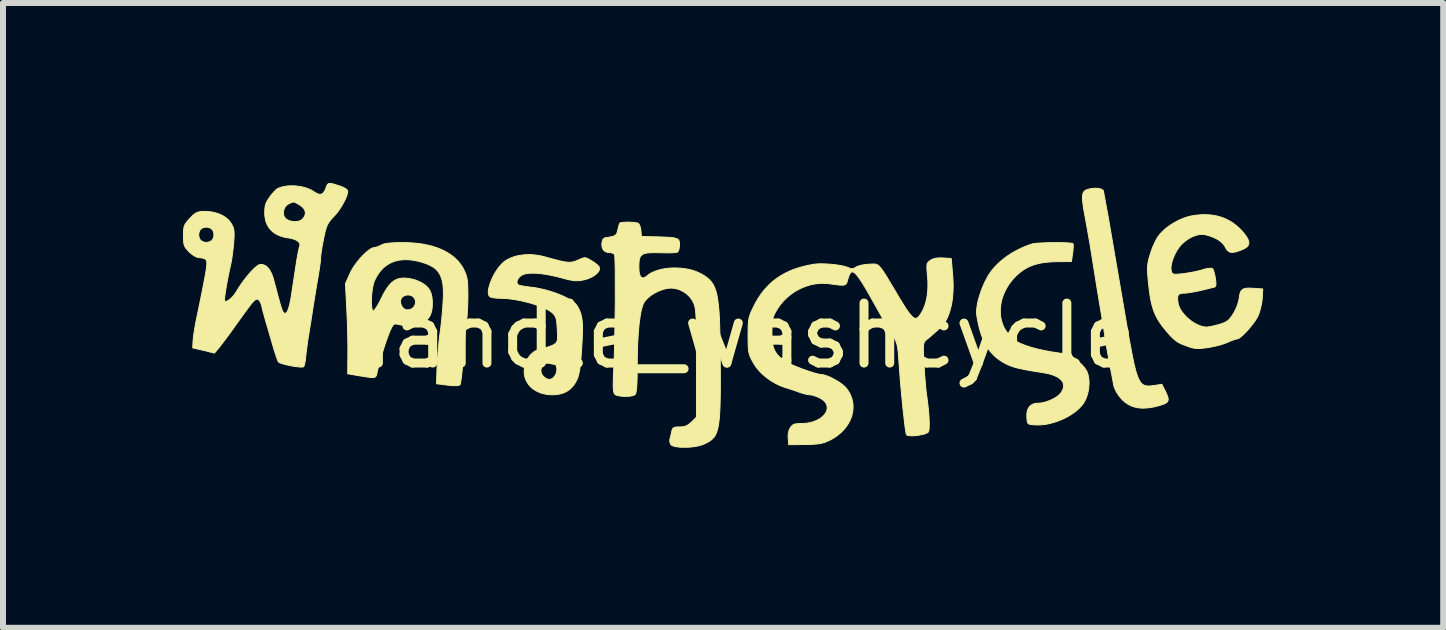
<source format=kicad_pcb>
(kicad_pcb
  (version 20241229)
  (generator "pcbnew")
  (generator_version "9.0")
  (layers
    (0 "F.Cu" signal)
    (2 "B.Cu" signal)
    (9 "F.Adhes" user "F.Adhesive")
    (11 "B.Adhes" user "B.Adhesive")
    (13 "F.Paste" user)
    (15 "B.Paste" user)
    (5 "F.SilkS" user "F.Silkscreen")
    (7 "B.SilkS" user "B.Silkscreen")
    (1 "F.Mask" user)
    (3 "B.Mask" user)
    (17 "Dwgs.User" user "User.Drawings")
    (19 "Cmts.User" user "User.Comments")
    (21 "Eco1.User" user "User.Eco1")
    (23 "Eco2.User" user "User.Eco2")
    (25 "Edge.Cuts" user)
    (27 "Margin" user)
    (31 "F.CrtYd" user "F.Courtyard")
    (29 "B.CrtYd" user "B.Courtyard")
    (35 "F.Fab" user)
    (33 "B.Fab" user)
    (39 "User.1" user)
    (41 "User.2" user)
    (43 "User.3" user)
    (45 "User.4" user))
  (footprint "handle_washcycle"
    (layer "F.Cu")
    (at 9.234 3.047)
    (property "Reference" "handle_washcycle" (at 0 -0.5 0) (unlocked yes) (layer "F.SilkS") (effects (font (size 1 1) (thickness 0.15))))
    (attr smd)
    (fp_poly (pts (xy 6.004 -2.958) (xy 6.024 -2.956) (xy 6.042 -2.953) (xy 6.051 -2.951) (xy 6.059 -2.949) (xy 6.067 -2.946) (xy 6.074 -2.943) (xy 6.081 -2.94) (xy 6.087 -2.937) (xy 6.093 -2.933) (xy 6.098 -2.93) (xy 6.102 -2.925) (xy 6.105 -2.921) (xy 6.108 -2.916) (xy 6.11 -2.911) (xy 6.191 -2.473) (xy 6.483 -0.772) (xy 6.516 -0.578) (xy 6.546 -0.408) (xy 6.574 -0.26) (xy 6.599 -0.131) (xy 6.611 -0.075) (xy 6.622 -0.022) (xy 6.634 0.025) (xy 6.645 0.069) (xy 6.656 0.109) (xy 6.667 0.144) (xy 6.679 0.176) (xy 6.69 0.205) (xy 6.702 0.23) (xy 6.714 0.252) (xy 6.726 0.271) (xy 6.739 0.287) (xy 6.752 0.301) (xy 6.766 0.312) (xy 6.781 0.321) (xy 6.796 0.328) (xy 6.812 0.332) (xy 6.83 0.336) (xy 6.848 0.337) (xy 6.867 0.338) (xy 6.888 0.337) (xy 6.909 0.335) (xy 6.957 0.329) (xy 7.084 0.309) (xy 7.149 0.439) (xy 7.161 0.466) (xy 7.172 0.491) (xy 7.18 0.513) (xy 7.183 0.523) (xy 7.186 0.533) (xy 7.188 0.542) (xy 7.189 0.551) (xy 7.189 0.559) (xy 7.189 0.567) (xy 7.188 0.574) (xy 7.186 0.581) (xy 7.184 0.588) (xy 7.181 0.594) (xy 7.177 0.6) (xy 7.172 0.605) (xy 7.166 0.611) (xy 7.16 0.616) (xy 7.152 0.621) (xy 7.144 0.626) (xy 7.135 0.631) (xy 7.124 0.635) (xy 7.101 0.645) (xy 7.074 0.654) (xy 7.043 0.663) (xy 7.008 0.673) (xy 6.956 0.685) (xy 6.906 0.695) (xy 6.858 0.701) (xy 6.812 0.705) (xy 6.789 0.706) (xy 6.767 0.706) (xy 6.746 0.706) (xy 6.725 0.704) (xy 6.704 0.702) (xy 6.684 0.7) (xy 6.664 0.696) (xy 6.645 0.692) (xy 6.626 0.687) (xy 6.607 0.681) (xy 6.589 0.675) (xy 6.571 0.667) (xy 6.554 0.659) (xy 6.537 0.651) (xy 6.52 0.641) (xy 6.504 0.631) (xy 6.487 0.62) (xy 6.472 0.608) (xy 6.456 0.595) (xy 6.441 0.582) (xy 6.426 0.568) (xy 6.412 0.553) (xy 6.398 0.537) (xy 6.384 0.52) (xy 6.375 0.509) (xy 6.366 0.497) (xy 6.357 0.484) (xy 6.349 0.471) (xy 6.34 0.458) (xy 6.332 0.444) (xy 6.324 0.43) (xy 6.317 0.416) (xy 6.31 0.402) (xy 6.304 0.389) (xy 6.298 0.375) (xy 6.293 0.362) (xy 6.288 0.349) (xy 6.284 0.337) (xy 6.281 0.325) (xy 6.279 0.314) (xy 6.27 0.262) (xy 6.257 0.191) (xy 6.226 0.032) (xy 6.208 -0.063) (xy 6.186 -0.184) (xy 6.162 -0.318) (xy 6.141 -0.448) (xy 6.098 -0.723) (xy 6.076 -0.859) (xy 6.057 -0.97) (xy 5.995 -1.346) (xy 5.887 -2.022) (xy 5.842 -2.278) (xy 5.819 -2.404) (xy 5.8 -2.508) (xy 5.79 -2.563) (xy 5.781 -2.613) (xy 5.774 -2.658) (xy 5.769 -2.699) (xy 5.766 -2.718) (xy 5.765 -2.736) (xy 5.763 -2.753) (xy 5.762 -2.769) (xy 5.761 -2.784) (xy 5.761 -2.798) (xy 5.761 -2.811) (xy 5.762 -2.823) (xy 5.762 -2.835) (xy 5.764 -2.845) (xy 5.765 -2.855) (xy 5.767 -2.865) (xy 5.77 -2.873) (xy 5.773 -2.881) (xy 5.776 -2.888) (xy 5.78 -2.895) (xy 5.784 -2.901) (xy 5.789 -2.907) (xy 5.794 -2.912) (xy 5.799 -2.917) (xy 5.805 -2.921) (xy 5.811 -2.925) (xy 5.818 -2.928) (xy 5.825 -2.931) (xy 5.836 -2.935) (xy 5.847 -2.939) (xy 5.858 -2.942) (xy 5.869 -2.945) (xy 5.892 -2.951) (xy 5.915 -2.955) (xy 5.938 -2.957) (xy 5.96 -2.959) (xy 5.982 -2.959)) (stroke (width 0.016) (type solid)) (fill yes) (layer "F.SilkS"))
    (fp_poly (pts (xy 5.4 -2.053) (xy 5.499 -2.049) (xy 5.539 -2.046) (xy 5.571 -2.043) (xy 5.592 -2.039) (xy 5.599 -2.036) (xy 5.602 -2.034) (xy 5.604 -2.03) (xy 5.605 -2.026) (xy 5.606 -2.02) (xy 5.606 -2.013) (xy 5.607 -1.997) (xy 5.607 -1.977) (xy 5.605 -1.953) (xy 5.603 -1.928) (xy 5.6 -1.901) (xy 5.596 -1.873) (xy 5.577 -1.737) (xy 5.323 -1.735) (xy 5.266 -1.733) (xy 5.211 -1.73) (xy 5.16 -1.725) (xy 5.112 -1.719) (xy 5.066 -1.712) (xy 5.022 -1.702) (xy 4.98 -1.691) (xy 4.94 -1.679) (xy 4.902 -1.664) (xy 4.865 -1.648) (xy 4.83 -1.63) (xy 4.795 -1.61) (xy 4.762 -1.588) (xy 4.729 -1.564) (xy 4.697 -1.537) (xy 4.665 -1.509) (xy 4.619 -1.463) (xy 4.578 -1.415) (xy 4.54 -1.365) (xy 4.507 -1.313) (xy 4.477 -1.259) (xy 4.452 -1.205) (xy 4.431 -1.149) (xy 4.414 -1.093) (xy 4.402 -1.036) (xy 4.394 -0.98) (xy 4.391 -0.923) (xy 4.392 -0.867) (xy 4.398 -0.812) (xy 4.409 -0.758) (xy 4.416 -0.731) (xy 4.425 -0.705) (xy 4.434 -0.679) (xy 4.445 -0.654) (xy 4.452 -0.639) (xy 4.46 -0.624) (xy 4.469 -0.609) (xy 4.479 -0.594) (xy 4.488 -0.578) (xy 4.499 -0.563) (xy 4.51 -0.548) (xy 4.521 -0.533) (xy 4.532 -0.518) (xy 4.543 -0.504) (xy 4.554 -0.491) (xy 4.566 -0.479) (xy 4.577 -0.467) (xy 4.588 -0.457) (xy 4.598 -0.447) (xy 4.609 -0.439) (xy 4.634 -0.421) (xy 4.663 -0.404) (xy 4.696 -0.386) (xy 4.733 -0.369) (xy 4.773 -0.353) (xy 4.816 -0.336) (xy 4.862 -0.321) (xy 4.912 -0.305) (xy 5.019 -0.277) (xy 5.137 -0.251) (xy 5.264 -0.228) (xy 5.399 -0.208) (xy 5.413 -0.206) (xy 5.428 -0.203) (xy 5.457 -0.196) (xy 5.487 -0.186) (xy 5.517 -0.175) (xy 5.547 -0.162) (xy 5.577 -0.147) (xy 5.606 -0.131) (xy 5.635 -0.113) (xy 5.662 -0.094) (xy 5.689 -0.073) (xy 5.715 -0.051) (xy 5.739 -0.029) (xy 5.762 -0.005) (xy 5.783 0.019) (xy 5.802 0.044) (xy 5.819 0.069) (xy 5.827 0.081) (xy 5.834 0.095) (xy 5.845 0.124) (xy 5.855 0.155) (xy 5.862 0.189) (xy 5.867 0.224) (xy 5.87 0.261) (xy 5.87 0.299) (xy 5.868 0.337) (xy 5.864 0.376) (xy 5.858 0.415) (xy 5.85 0.453) (xy 5.839 0.491) (xy 5.827 0.527) (xy 5.812 0.562) (xy 5.796 0.594) (xy 5.777 0.625) (xy 5.749 0.663) (xy 5.715 0.7) (xy 5.677 0.736) (xy 5.634 0.771) (xy 5.588 0.803) (xy 5.539 0.834) (xy 5.486 0.863) (xy 5.432 0.889) (xy 5.376 0.913) (xy 5.319 0.934) (xy 5.261 0.951) (xy 5.203 0.966) (xy 5.146 0.977) (xy 5.089 0.984) (xy 5.034 0.987) (xy 4.981 0.986) (xy 4.936 0.983) (xy 4.917 0.981) (xy 4.901 0.98) (xy 4.894 0.978) (xy 4.888 0.977) (xy 4.882 0.976) (xy 4.876 0.974) (xy 4.871 0.972) (xy 4.867 0.97) (xy 4.863 0.968) (xy 4.859 0.965) (xy 4.856 0.962) (xy 4.853 0.959) (xy 4.85 0.956) (xy 4.848 0.952) (xy 4.846 0.948) (xy 4.844 0.943) (xy 4.843 0.938) (xy 4.842 0.932) (xy 4.84 0.927) (xy 4.839 0.92) (xy 4.838 0.906) (xy 4.836 0.889) (xy 4.834 0.87) (xy 4.833 0.856) (xy 4.833 0.842) (xy 4.833 0.828) (xy 4.833 0.814) (xy 4.834 0.802) (xy 4.835 0.789) (xy 4.837 0.777) (xy 4.839 0.765) (xy 4.842 0.754) (xy 4.845 0.743) (xy 4.848 0.733) (xy 4.852 0.723) (xy 4.857 0.714) (xy 4.862 0.705) (xy 4.867 0.696) (xy 4.873 0.688) (xy 4.879 0.681) (xy 4.885 0.674) (xy 4.892 0.667) (xy 4.9 0.661) (xy 4.908 0.655) (xy 4.916 0.65) (xy 4.925 0.645) (xy 4.934 0.641) (xy 4.943 0.637) (xy 4.953 0.634) (xy 4.963 0.631) (xy 4.974 0.629) (xy 4.985 0.627) (xy 4.997 0.626) (xy 5.009 0.625) (xy 5.021 0.625) (xy 5.047 0.623) (xy 5.074 0.62) (xy 5.102 0.615) (xy 5.13 0.608) (xy 5.159 0.6) (xy 5.187 0.59) (xy 5.215 0.579) (xy 5.243 0.567) (xy 5.269 0.554) (xy 5.295 0.54) (xy 5.319 0.526) (xy 5.341 0.51) (xy 5.361 0.494) (xy 5.379 0.478) (xy 5.387 0.469) (xy 5.395 0.461) (xy 5.401 0.453) (xy 5.407 0.444) (xy 5.417 0.429) (xy 5.424 0.415) (xy 5.431 0.401) (xy 5.437 0.387) (xy 5.441 0.373) (xy 5.444 0.359) (xy 5.445 0.346) (xy 5.446 0.333) (xy 5.445 0.32) (xy 5.443 0.307) (xy 5.44 0.295) (xy 5.436 0.283) (xy 5.431 0.271) (xy 5.424 0.26) (xy 5.416 0.249) (xy 5.407 0.238) (xy 5.397 0.228) (xy 5.386 0.218) (xy 5.374 0.208) (xy 5.36 0.199) (xy 5.345 0.19) (xy 5.33 0.181) (xy 5.313 0.173) (xy 5.295 0.165) (xy 5.255 0.15) (xy 5.212 0.137) (xy 5.163 0.126) (xy 5.111 0.117) (xy 4.964 0.093) (xy 4.901 0.083) (xy 4.844 0.072) (xy 4.793 0.063) (xy 4.747 0.053) (xy 4.705 0.044) (xy 4.668 0.035) (xy 4.633 0.026) (xy 4.602 0.016) (xy 4.573 0.006) (xy 4.546 -0.005) (xy 4.519 -0.016) (xy 4.494 -0.028) (xy 4.468 -0.041) (xy 4.442 -0.055) (xy 4.397 -0.083) (xy 4.354 -0.114) (xy 4.313 -0.146) (xy 4.276 -0.181) (xy 4.241 -0.219) (xy 4.208 -0.259) (xy 4.178 -0.302) (xy 4.15 -0.348) (xy 4.124 -0.397) (xy 4.1 -0.449) (xy 4.079 -0.505) (xy 4.059 -0.564) (xy 4.042 -0.626) (xy 4.026 -0.693) (xy 4.012 -0.763) (xy 3.999 -0.837) (xy 3.996 -0.865) (xy 3.995 -0.896) (xy 3.996 -0.929) (xy 4 -0.964) (xy 4.005 -1.002) (xy 4.012 -1.041) (xy 4.021 -1.082) (xy 4.032 -1.124) (xy 4.045 -1.166) (xy 4.059 -1.21) (xy 4.074 -1.254) (xy 4.091 -1.297) (xy 4.109 -1.341) (xy 4.129 -1.385) (xy 4.15 -1.427) (xy 4.171 -1.469) (xy 4.197 -1.514) (xy 4.227 -1.558) (xy 4.26 -1.601) (xy 4.296 -1.643) (xy 4.335 -1.684) (xy 4.377 -1.724) (xy 4.421 -1.762) (xy 4.468 -1.799) (xy 4.518 -1.835) (xy 4.569 -1.869) (xy 4.622 -1.9) (xy 4.678 -1.93) (xy 4.735 -1.958) (xy 4.793 -1.984) (xy 4.853 -2.007) (xy 4.914 -2.028) (xy 4.936 -2.034) (xy 4.969 -2.038) (xy 5.01 -2.043) (xy 5.058 -2.046) (xy 5.167 -2.051) (xy 5.285 -2.053)) (stroke (width 0.016) (type solid)) (fill yes) (layer "F.SilkS"))
    (fp_poly (pts (xy -5.465 -2.051) (xy -5.376 -2.045) (xy -5.292 -2.036) (xy -5.25 -2.03) (xy -5.21 -2.023) (xy -5.171 -2.015) (xy -5.133 -2.006) (xy -5.095 -1.997) (xy -5.059 -1.986) (xy -5.024 -1.975) (xy -4.989 -1.963) (xy -4.956 -1.95) (xy -4.924 -1.936) (xy -4.892 -1.922) (xy -4.862 -1.906) (xy -4.833 -1.89) (xy -4.805 -1.873) (xy -4.778 -1.855) (xy -4.752 -1.837) (xy -4.727 -1.817) (xy -4.703 -1.797) (xy -4.681 -1.776) (xy -4.659 -1.754) (xy -4.639 -1.732) (xy -4.62 -1.708) (xy -4.602 -1.684) (xy -4.585 -1.659) (xy -4.569 -1.634) (xy -4.555 -1.608) (xy -4.534 -1.563) (xy -4.525 -1.542) (xy -4.518 -1.522) (xy -4.511 -1.502) (xy -4.505 -1.482) (xy -4.501 -1.461) (xy -4.496 -1.439) (xy -4.493 -1.414) (xy -4.49 -1.388) (xy -4.488 -1.36) (xy -4.487 -1.328) (xy -4.485 -1.253) (xy -4.484 -1.162) (xy -4.485 -1.097) (xy -4.487 -1.028) (xy -4.49 -0.959) (xy -4.494 -0.889) (xy -4.498 -0.823) (xy -4.504 -0.761) (xy -4.509 -0.706) (xy -4.516 -0.659) (xy -4.528 -0.553) (xy -4.542 -0.41) (xy -4.557 -0.247) (xy -4.569 -0.084) (xy -4.574 -0.008) (xy -4.579 0.064) (xy -4.586 0.13) (xy -4.592 0.189) (xy -4.599 0.239) (xy -4.602 0.26) (xy -4.605 0.278) (xy -4.608 0.293) (xy -4.611 0.304) (xy -4.614 0.313) (xy -4.616 0.315) (xy -4.617 0.317) (xy -4.621 0.32) (xy -4.627 0.323) (xy -4.634 0.325) (xy -4.642 0.327) (xy -4.651 0.329) (xy -4.662 0.33) (xy -4.674 0.331) (xy -4.688 0.332) (xy -4.717 0.332) (xy -4.75 0.33) (xy -4.787 0.327) (xy -4.826 0.323) (xy -5.007 0.3) (xy -4.998 0.018) (xy -4.995 -0.044) (xy -4.991 -0.113) (xy -4.979 -0.26) (xy -4.965 -0.406) (xy -4.958 -0.473) (xy -4.95 -0.532) (xy -4.942 -0.592) (xy -4.933 -0.658) (xy -4.918 -0.803) (xy -4.905 -0.948) (xy -4.897 -1.077) (xy -4.893 -1.154) (xy -4.892 -1.225) (xy -4.895 -1.289) (xy -4.897 -1.32) (xy -4.9 -1.348) (xy -4.904 -1.376) (xy -4.909 -1.402) (xy -4.915 -1.427) (xy -4.921 -1.45) (xy -4.929 -1.473) (xy -4.938 -1.494) (xy -4.947 -1.515) (xy -4.958 -1.534) (xy -4.969 -1.552) (xy -4.982 -1.569) (xy -4.995 -1.586) (xy -5.01 -1.601) (xy -5.026 -1.616) (xy -5.043 -1.63) (xy -5.062 -1.643) (xy -5.081 -1.655) (xy -5.102 -1.667) (xy -5.124 -1.678) (xy -5.147 -1.689) (xy -5.172 -1.699) (xy -5.197 -1.708) (xy -5.225 -1.717) (xy -5.283 -1.735) (xy -5.317 -1.743) (xy -5.35 -1.75) (xy -5.382 -1.756) (xy -5.414 -1.761) (xy -5.445 -1.765) (xy -5.475 -1.767) (xy -5.505 -1.768) (xy -5.534 -1.769) (xy -5.563 -1.767) (xy -5.591 -1.765) (xy -5.618 -1.762) (xy -5.645 -1.757) (xy -5.671 -1.751) (xy -5.696 -1.745) (xy -5.721 -1.736) (xy -5.745 -1.727) (xy -5.768 -1.717) (xy -5.791 -1.705) (xy -5.813 -1.692) (xy -5.835 -1.678) (xy -5.855 -1.663) (xy -5.876 -1.647) (xy -5.895 -1.63) (xy -5.914 -1.611) (xy -5.932 -1.591) (xy -5.949 -1.571) (xy -5.966 -1.549) (xy -5.982 -1.525) (xy -5.998 -1.501) (xy -6.012 -1.476) (xy -6.026 -1.449) (xy -6.04 -1.421) (xy -6.05 -1.395) (xy -6.059 -1.365) (xy -6.067 -1.331) (xy -6.074 -1.294) (xy -6.08 -1.255) (xy -6.085 -1.214) (xy -6.089 -1.173) (xy -6.091 -1.132) (xy -6.093 -1.093) (xy -6.093 -1.055) (xy -6.092 -1.02) (xy -6.089 -0.988) (xy -6.085 -0.961) (xy -6.08 -0.939) (xy -6.077 -0.93) (xy -6.073 -0.923) (xy -6.069 -0.917) (xy -6.065 -0.913) (xy -6.063 -0.913) (xy -6.062 -0.913) (xy -6.058 -0.914) (xy -6.053 -0.918) (xy -6.047 -0.924) (xy -6.04 -0.931) (xy -6.033 -0.941) (xy -6.025 -0.952) (xy -6.016 -0.964) (xy -5.997 -0.993) (xy -5.977 -1.028) (xy -5.956 -1.066) (xy -5.953 -1.072) (xy -5.607 -1.072) (xy -5.607 -1.064) (xy -5.606 -1.056) (xy -5.605 -1.048) (xy -5.604 -1.04) (xy -5.602 -1.031) (xy -5.599 -1.023) (xy -5.596 -1.016) (xy -5.593 -1.008) (xy -5.59 -1) (xy -5.586 -0.993) (xy -5.581 -0.986) (xy -5.577 -0.979) (xy -5.572 -0.973) (xy -5.566 -0.967) (xy -5.561 -0.961) (xy -5.555 -0.956) (xy -5.548 -0.951) (xy -5.542 -0.946) (xy -5.535 -0.942) (xy -5.528 -0.939) (xy -5.521 -0.936) (xy -5.514 -0.934) (xy -5.506 -0.933) (xy -5.495 -0.932) (xy -5.484 -0.932) (xy -5.473 -0.932) (xy -5.463 -0.934) (xy -5.453 -0.936) (xy -5.443 -0.939) (xy -5.434 -0.943) (xy -5.425 -0.947) (xy -5.417 -0.953) (xy -5.409 -0.958) (xy -5.402 -0.964) (xy -5.395 -0.971) (xy -5.388 -0.978) (xy -5.382 -0.986) (xy -5.377 -0.994) (xy -5.372 -1.002) (xy -5.368 -1.011) (xy -5.365 -1.02) (xy -5.362 -1.029) (xy -5.36 -1.038) (xy -5.358 -1.047) (xy -5.357 -1.057) (xy -5.357 -1.066) (xy -5.358 -1.076) (xy -5.36 -1.085) (xy -5.362 -1.095) (xy -5.365 -1.104) (xy -5.369 -1.113) (xy -5.374 -1.122) (xy -5.379 -1.131) (xy -5.386 -1.139) (xy -5.393 -1.148) (xy -5.398 -1.152) (xy -5.403 -1.156) (xy -5.408 -1.16) (xy -5.414 -1.163) (xy -5.419 -1.166) (xy -5.425 -1.169) (xy -5.431 -1.171) (xy -5.438 -1.174) (xy -5.444 -1.175) (xy -5.45 -1.177) (xy -5.457 -1.178) (xy -5.464 -1.179) (xy -5.471 -1.18) (xy -5.478 -1.18) (xy -5.484 -1.18) (xy -5.491 -1.18) (xy -5.498 -1.179) (xy -5.505 -1.179) (xy -5.512 -1.177) (xy -5.518 -1.176) (xy -5.525 -1.174) (xy -5.532 -1.172) (xy -5.538 -1.17) (xy -5.544 -1.167) (xy -5.55 -1.164) (xy -5.556 -1.161) (xy -5.561 -1.158) (xy -5.567 -1.154) (xy -5.572 -1.15) (xy -5.577 -1.146) (xy -5.581 -1.141) (xy -5.585 -1.136) (xy -5.59 -1.13) (xy -5.594 -1.124) (xy -5.598 -1.117) (xy -5.601 -1.11) (xy -5.603 -1.103) (xy -5.605 -1.095) (xy -5.606 -1.088) (xy -5.607 -1.08) (xy -5.607 -1.072) (xy -5.953 -1.072) (xy -5.935 -1.108) (xy -5.912 -1.155) (xy -5.889 -1.199) (xy -5.867 -1.238) (xy -5.845 -1.274) (xy -5.823 -1.307) (xy -5.812 -1.322) (xy -5.801 -1.336) (xy -5.789 -1.349) (xy -5.778 -1.361) (xy -5.767 -1.373) (xy -5.756 -1.384) (xy -5.744 -1.394) (xy -5.732 -1.403) (xy -5.721 -1.412) (xy -5.709 -1.42) (xy -5.697 -1.427) (xy -5.684 -1.433) (xy -5.672 -1.439) (xy -5.659 -1.444) (xy -5.646 -1.448) (xy -5.633 -1.452) (xy -5.62 -1.455) (xy -5.606 -1.457) (xy -5.592 -1.459) (xy -5.578 -1.46) (xy -5.563 -1.461) (xy -5.548 -1.461) (xy -5.518 -1.46) (xy -5.486 -1.457) (xy -5.455 -1.453) (xy -5.424 -1.446) (xy -5.393 -1.439) (xy -5.362 -1.43) (xy -5.333 -1.419) (xy -5.304 -1.407) (xy -5.276 -1.394) (xy -5.25 -1.38) (xy -5.226 -1.365) (xy -5.203 -1.349) (xy -5.182 -1.332) (xy -5.172 -1.323) (xy -5.163 -1.314) (xy -5.155 -1.305) (xy -5.147 -1.296) (xy -5.14 -1.287) (xy -5.134 -1.277) (xy -5.126 -1.267) (xy -5.12 -1.255) (xy -5.114 -1.244) (xy -5.108 -1.232) (xy -5.103 -1.219) (xy -5.098 -1.206) (xy -5.094 -1.192) (xy -5.091 -1.178) (xy -5.087 -1.163) (xy -5.085 -1.147) (xy -5.082 -1.13) (xy -5.08 -1.113) (xy -5.079 -1.096) (xy -5.078 -1.077) (xy -5.077 -1.058) (xy -5.077 -1.037) (xy -5.078 -1.004) (xy -5.08 -0.973) (xy -5.083 -0.943) (xy -5.086 -0.929) (xy -5.088 -0.915) (xy -5.092 -0.902) (xy -5.095 -0.889) (xy -5.099 -0.877) (xy -5.103 -0.865) (xy -5.108 -0.853) (xy -5.113 -0.841) (xy -5.119 -0.83) (xy -5.125 -0.82) (xy -5.132 -0.809) (xy -5.139 -0.799) (xy -5.146 -0.79) (xy -5.154 -0.78) (xy -5.163 -0.771) (xy -5.172 -0.762) (xy -5.181 -0.753) (xy -5.191 -0.745) (xy -5.202 -0.737) (xy -5.213 -0.729) (xy -5.225 -0.721) (xy -5.237 -0.713) (xy -5.263 -0.699) (xy -5.292 -0.685) (xy -5.309 -0.677) (xy -5.325 -0.67) (xy -5.34 -0.664) (xy -5.356 -0.659) (xy -5.371 -0.656) (xy -5.387 -0.653) (xy -5.404 -0.652) (xy -5.422 -0.652) (xy -5.441 -0.652) (xy -5.463 -0.654) (xy -5.486 -0.657) (xy -5.512 -0.662) (xy -5.541 -0.667) (xy -5.573 -0.674) (xy -5.647 -0.69) (xy -5.66 -0.693) (xy -5.671 -0.695) (xy -5.681 -0.696) (xy -5.686 -0.697) (xy -5.691 -0.697) (xy -5.695 -0.696) (xy -5.699 -0.696) (xy -5.703 -0.695) (xy -5.707 -0.694) (xy -5.711 -0.692) (xy -5.714 -0.69) (xy -5.718 -0.688) (xy -5.721 -0.686) (xy -5.724 -0.683) (xy -5.728 -0.68) (xy -5.731 -0.676) (xy -5.734 -0.672) (xy -5.741 -0.662) (xy -5.748 -0.651) (xy -5.755 -0.638) (xy -5.763 -0.623) (xy -5.78 -0.586) (xy -5.805 -0.525) (xy -5.834 -0.445) (xy -5.867 -0.351) (xy -5.899 -0.249) (xy -5.93 -0.147) (xy -5.958 -0.049) (xy -5.981 0.038) (xy -5.997 0.108) (xy -6.004 0.143) (xy -6.008 0.156) (xy -6.013 0.168) (xy -6.016 0.173) (xy -6.019 0.177) (xy -6.023 0.181) (xy -6.027 0.185) (xy -6.032 0.188) (xy -6.037 0.19) (xy -6.043 0.192) (xy -6.05 0.194) (xy -6.065 0.196) (xy -6.084 0.196) (xy -6.107 0.195) (xy -6.133 0.192) (xy -6.165 0.188) (xy -6.201 0.182) (xy -6.291 0.168) (xy -6.488 0.134) (xy -6.485 -0.165) (xy -6.485 -0.316) (xy -6.488 -0.508) (xy -6.493 -0.716) (xy -6.502 -0.916) (xy -6.525 -1.37) (xy -6.446 -1.545) (xy -6.429 -1.58) (xy -6.409 -1.616) (xy -6.386 -1.652) (xy -6.361 -1.688) (xy -6.334 -1.724) (xy -6.306 -1.76) (xy -6.277 -1.794) (xy -6.247 -1.826) (xy -6.217 -1.857) (xy -6.187 -1.884) (xy -6.159 -1.909) (xy -6.131 -1.93) (xy -6.105 -1.948) (xy -6.092 -1.955) (xy -6.08 -1.961) (xy -6.069 -1.965) (xy -6.059 -1.969) (xy -6.049 -1.971) (xy -6.04 -1.972) (xy -6.034 -1.972) (xy -6.029 -1.973) (xy -6.023 -1.975) (xy -6.016 -1.976) (xy -6.002 -1.98) (xy -5.987 -1.985) (xy -5.971 -1.991) (xy -5.955 -1.998) (xy -5.947 -2.002) (xy -5.939 -2.006) (xy -5.931 -2.01) (xy -5.924 -2.014) (xy -5.914 -2.019) (xy -5.903 -2.024) (xy -5.89 -2.028) (xy -5.875 -2.032) (xy -5.859 -2.036) (xy -5.841 -2.039) (xy -5.8 -2.044) (xy -5.751 -2.048) (xy -5.694 -2.051) (xy -5.63 -2.053) (xy -5.557 -2.053)) (stroke (width 0.016) (type solid)) (fill yes) (layer "F.SilkS"))
    (fp_poly (pts (xy 7.835 -2.518) (xy 7.896 -2.514) (xy 7.955 -2.506) (xy 7.984 -2.5) (xy 8.013 -2.494) (xy 8.041 -2.486) (xy 8.068 -2.478) (xy 8.096 -2.468) (xy 8.122 -2.458) (xy 8.149 -2.447) (xy 8.175 -2.434) (xy 8.2 -2.421) (xy 8.225 -2.407) (xy 8.25 -2.392) (xy 8.274 -2.375) (xy 8.297 -2.358) (xy 8.321 -2.34) (xy 8.343 -2.321) (xy 8.366 -2.301) (xy 8.409 -2.258) (xy 8.45 -2.212) (xy 8.461 -2.198) (xy 8.471 -2.184) (xy 8.48 -2.171) (xy 8.489 -2.159) (xy 8.497 -2.147) (xy 8.504 -2.135) (xy 8.511 -2.124) (xy 8.516 -2.113) (xy 8.521 -2.103) (xy 8.525 -2.092) (xy 8.528 -2.083) (xy 8.531 -2.073) (xy 8.533 -2.064) (xy 8.534 -2.055) (xy 8.534 -2.046) (xy 8.533 -2.038) (xy 8.532 -2.03) (xy 8.529 -2.022) (xy 8.526 -2.014) (xy 8.522 -2.007) (xy 8.518 -2) (xy 8.512 -1.993) (xy 8.506 -1.986) (xy 8.499 -1.98) (xy 8.491 -1.973) (xy 8.482 -1.967) (xy 8.473 -1.961) (xy 8.463 -1.955) (xy 8.451 -1.949) (xy 8.439 -1.943) (xy 8.427 -1.938) (xy 8.413 -1.932) (xy 8.384 -1.921) (xy 8.37 -1.916) (xy 8.357 -1.911) (xy 8.344 -1.907) (xy 8.332 -1.903) (xy 8.32 -1.9) (xy 8.309 -1.897) (xy 8.299 -1.895) (xy 8.289 -1.893) (xy 8.279 -1.892) (xy 8.27 -1.891) (xy 8.261 -1.89) (xy 8.253 -1.89) (xy 8.245 -1.89) (xy 8.237 -1.891) (xy 8.23 -1.892) (xy 8.223 -1.894) (xy 8.216 -1.896) (xy 8.21 -1.899) (xy 8.203 -1.902) (xy 8.198 -1.906) (xy 8.192 -1.91) (xy 8.186 -1.915) (xy 8.181 -1.92) (xy 8.176 -1.925) (xy 8.171 -1.931) (xy 8.166 -1.938) (xy 8.161 -1.945) (xy 8.157 -1.952) (xy 8.152 -1.96) (xy 8.148 -1.969) (xy 8.138 -1.986) (xy 8.127 -2.003) (xy 8.115 -2.019) (xy 8.103 -2.034) (xy 8.089 -2.049) (xy 8.074 -2.063) (xy 8.058 -2.076) (xy 8.041 -2.088) (xy 8.023 -2.1) (xy 8.003 -2.112) (xy 7.982 -2.123) (xy 7.96 -2.133) (xy 7.936 -2.144) (xy 7.91 -2.153) (xy 7.883 -2.163) (xy 7.854 -2.172) (xy 7.836 -2.177) (xy 7.82 -2.181) (xy 7.804 -2.185) (xy 7.79 -2.187) (xy 7.776 -2.189) (xy 7.762 -2.19) (xy 7.749 -2.191) (xy 7.736 -2.19) (xy 7.722 -2.189) (xy 7.709 -2.187) (xy 7.695 -2.184) (xy 7.68 -2.181) (xy 7.664 -2.176) (xy 7.647 -2.171) (xy 7.629 -2.165) (xy 7.609 -2.158) (xy 7.595 -2.152) (xy 7.581 -2.146) (xy 7.567 -2.138) (xy 7.552 -2.13) (xy 7.537 -2.121) (xy 7.522 -2.112) (xy 7.507 -2.102) (xy 7.493 -2.092) (xy 7.478 -2.081) (xy 7.464 -2.07) (xy 7.45 -2.058) (xy 7.437 -2.047) (xy 7.424 -2.035) (xy 7.412 -2.023) (xy 7.401 -2.012) (xy 7.391 -2) (xy 7.372 -1.976) (xy 7.354 -1.951) (xy 7.336 -1.923) (xy 7.32 -1.895) (xy 7.305 -1.866) (xy 7.291 -1.836) (xy 7.278 -1.806) (xy 7.267 -1.777) (xy 7.257 -1.747) (xy 7.249 -1.718) (xy 7.243 -1.69) (xy 7.239 -1.664) (xy 7.236 -1.639) (xy 7.236 -1.616) (xy 7.237 -1.605) (xy 7.238 -1.595) (xy 7.239 -1.585) (xy 7.242 -1.577) (xy 7.245 -1.567) (xy 7.248 -1.558) (xy 7.252 -1.55) (xy 7.256 -1.544) (xy 7.261 -1.538) (xy 7.264 -1.536) (xy 7.268 -1.534) (xy 7.271 -1.532) (xy 7.275 -1.53) (xy 7.284 -1.528) (xy 7.294 -1.526) (xy 7.307 -1.525) (xy 7.321 -1.525) (xy 7.338 -1.526) (xy 7.358 -1.527) (xy 7.38 -1.529) (xy 7.434 -1.534) (xy 7.472 -1.539) (xy 7.513 -1.546) (xy 7.557 -1.553) (xy 7.601 -1.561) (xy 7.645 -1.57) (xy 7.687 -1.58) (xy 7.725 -1.589) (xy 7.758 -1.599) (xy 7.775 -1.604) (xy 7.791 -1.609) (xy 7.807 -1.613) (xy 7.821 -1.616) (xy 7.835 -1.619) (xy 7.849 -1.621) (xy 7.861 -1.623) (xy 7.873 -1.624) (xy 7.884 -1.625) (xy 7.894 -1.626) (xy 7.902 -1.625) (xy 7.91 -1.624) (xy 7.914 -1.624) (xy 7.917 -1.623) (xy 7.92 -1.622) (xy 7.923 -1.621) (xy 7.925 -1.62) (xy 7.927 -1.619) (xy 7.929 -1.618) (xy 7.93 -1.616) (xy 7.933 -1.613) (xy 7.936 -1.608) (xy 7.939 -1.602) (xy 7.942 -1.596) (xy 7.945 -1.588) (xy 7.948 -1.579) (xy 7.954 -1.559) (xy 7.96 -1.536) (xy 7.966 -1.512) (xy 7.971 -1.485) (xy 7.976 -1.458) (xy 7.979 -1.44) (xy 7.981 -1.423) (xy 7.983 -1.407) (xy 7.983 -1.4) (xy 7.984 -1.393) (xy 7.985 -1.387) (xy 7.985 -1.381) (xy 7.985 -1.375) (xy 7.985 -1.369) (xy 7.985 -1.364) (xy 7.985 -1.359) (xy 7.985 -1.354) (xy 7.984 -1.35) (xy 7.983 -1.345) (xy 7.983 -1.342) (xy 7.982 -1.338) (xy 7.981 -1.335) (xy 7.98 -1.331) (xy 7.979 -1.329) (xy 7.977 -1.326) (xy 7.976 -1.323) (xy 7.974 -1.321) (xy 7.972 -1.319) (xy 7.97 -1.317) (xy 7.968 -1.316) (xy 7.966 -1.314) (xy 7.964 -1.313) (xy 7.961 -1.312) (xy 7.959 -1.311) (xy 7.88 -1.291) (xy 7.802 -1.272) (xy 7.727 -1.254) (xy 7.656 -1.239) (xy 7.591 -1.227) (xy 7.535 -1.218) (xy 7.49 -1.212) (xy 7.471 -1.21) (xy 7.456 -1.21) (xy 7.438 -1.209) (xy 7.421 -1.208) (xy 7.406 -1.206) (xy 7.4 -1.204) (xy 7.393 -1.203) (xy 7.387 -1.201) (xy 7.382 -1.198) (xy 7.377 -1.196) (xy 7.372 -1.193) (xy 7.368 -1.189) (xy 7.364 -1.186) (xy 7.361 -1.182) (xy 7.358 -1.177) (xy 7.355 -1.172) (xy 7.353 -1.167) (xy 7.351 -1.161) (xy 7.349 -1.155) (xy 7.348 -1.149) (xy 7.347 -1.142) (xy 7.347 -1.134) (xy 7.346 -1.126) (xy 7.347 -1.109) (xy 7.348 -1.089) (xy 7.351 -1.067) (xy 7.355 -1.043) (xy 7.358 -1.026) (xy 7.363 -1.009) (xy 7.369 -0.992) (xy 7.376 -0.974) (xy 7.385 -0.957) (xy 7.394 -0.939) (xy 7.416 -0.905) (xy 7.442 -0.871) (xy 7.47 -0.838) (xy 7.501 -0.806) (xy 7.535 -0.776) (xy 7.57 -0.749) (xy 7.607 -0.723) (xy 7.645 -0.701) (xy 7.683 -0.682) (xy 7.721 -0.666) (xy 7.74 -0.66) (xy 7.759 -0.655) (xy 7.778 -0.651) (xy 7.796 -0.648) (xy 7.814 -0.646) (xy 7.832 -0.645) (xy 7.839 -0.645) (xy 7.847 -0.646) (xy 7.868 -0.649) (xy 7.892 -0.653) (xy 7.92 -0.658) (xy 7.949 -0.665) (xy 7.981 -0.673) (xy 8.012 -0.681) (xy 8.043 -0.69) (xy 8.066 -0.697) (xy 8.086 -0.704) (xy 8.105 -0.71) (xy 8.122 -0.717) (xy 8.138 -0.724) (xy 8.152 -0.732) (xy 8.166 -0.74) (xy 8.179 -0.749) (xy 8.185 -0.754) (xy 8.191 -0.759) (xy 8.203 -0.769) (xy 8.214 -0.781) (xy 8.225 -0.794) (xy 8.236 -0.809) (xy 8.248 -0.825) (xy 8.26 -0.843) (xy 8.272 -0.862) (xy 8.281 -0.877) (xy 8.29 -0.892) (xy 8.298 -0.908) (xy 8.307 -0.925) (xy 8.315 -0.942) (xy 8.323 -0.959) (xy 8.33 -0.977) (xy 8.338 -0.995) (xy 8.344 -1.014) (xy 8.35 -1.032) (xy 8.356 -1.049) (xy 8.361 -1.067) (xy 8.365 -1.084) (xy 8.369 -1.1) (xy 8.372 -1.116) (xy 8.374 -1.131) (xy 8.377 -1.158) (xy 8.382 -1.183) (xy 8.387 -1.204) (xy 8.394 -1.223) (xy 8.397 -1.232) (xy 8.401 -1.239) (xy 8.406 -1.247) (xy 8.411 -1.253) (xy 8.416 -1.259) (xy 8.422 -1.265) (xy 8.428 -1.27) (xy 8.435 -1.274) (xy 8.442 -1.278) (xy 8.45 -1.282) (xy 8.459 -1.284) (xy 8.468 -1.287) (xy 8.478 -1.289) (xy 8.488 -1.291) (xy 8.512 -1.293) (xy 8.539 -1.294) (xy 8.569 -1.293) (xy 8.604 -1.291) (xy 8.642 -1.289) (xy 8.766 -1.28) (xy 8.757 -1.125) (xy 8.756 -1.109) (xy 8.754 -1.091) (xy 8.749 -1.055) (xy 8.742 -1.017) (xy 8.733 -0.979) (xy 8.724 -0.941) (xy 8.714 -0.905) (xy 8.703 -0.872) (xy 8.692 -0.843) (xy 8.68 -0.817) (xy 8.664 -0.788) (xy 8.644 -0.758) (xy 8.622 -0.726) (xy 8.598 -0.694) (xy 8.572 -0.661) (xy 8.545 -0.628) (xy 8.517 -0.596) (xy 8.49 -0.566) (xy 8.462 -0.538) (xy 8.436 -0.513) (xy 8.412 -0.491) (xy 8.389 -0.473) (xy 8.37 -0.459) (xy 8.361 -0.454) (xy 8.353 -0.451) (xy 8.346 -0.448) (xy 8.34 -0.448) (xy 8.336 -0.447) (xy 8.331 -0.446) (xy 8.317 -0.443) (xy 8.299 -0.438) (xy 8.278 -0.431) (xy 8.254 -0.422) (xy 8.228 -0.412) (xy 8.201 -0.401) (xy 8.173 -0.388) (xy 8.159 -0.382) (xy 8.142 -0.376) (xy 8.106 -0.363) (xy 8.065 -0.35) (xy 8.02 -0.338) (xy 7.975 -0.327) (xy 7.928 -0.317) (xy 7.883 -0.308) (xy 7.84 -0.301) (xy 7.78 -0.294) (xy 7.754 -0.291) (xy 7.73 -0.289) (xy 7.708 -0.288) (xy 7.687 -0.288) (xy 7.668 -0.288) (xy 7.649 -0.29) (xy 7.63 -0.292) (xy 7.611 -0.295) (xy 7.592 -0.299) (xy 7.571 -0.305) (xy 7.55 -0.311) (xy 7.527 -0.319) (xy 7.503 -0.328) (xy 7.476 -0.338) (xy 7.451 -0.347) (xy 7.427 -0.356) (xy 7.405 -0.366) (xy 7.384 -0.376) (xy 7.364 -0.387) (xy 7.345 -0.398) (xy 7.327 -0.41) (xy 7.309 -0.424) (xy 7.291 -0.438) (xy 7.273 -0.455) (xy 7.254 -0.472) (xy 7.235 -0.492) (xy 7.215 -0.514) (xy 7.193 -0.538) (xy 7.17 -0.565) (xy 7.146 -0.594) (xy 7.112 -0.635) (xy 7.081 -0.676) (xy 7.053 -0.715) (xy 7.027 -0.755) (xy 7.004 -0.795) (xy 6.983 -0.836) (xy 6.964 -0.878) (xy 6.947 -0.922) (xy 6.932 -0.969) (xy 6.918 -1.019) (xy 6.905 -1.072) (xy 6.894 -1.129) (xy 6.884 -1.191) (xy 6.875 -1.257) (xy 6.858 -1.407) (xy 6.851 -1.489) (xy 6.848 -1.524) (xy 6.846 -1.556) (xy 6.845 -1.586) (xy 6.845 -1.613) (xy 6.845 -1.639) (xy 6.847 -1.663) (xy 6.849 -1.687) (xy 6.852 -1.711) (xy 6.857 -1.734) (xy 6.862 -1.759) (xy 6.868 -1.784) (xy 6.876 -1.812) (xy 6.895 -1.873) (xy 6.901 -1.894) (xy 6.909 -1.915) (xy 6.916 -1.936) (xy 6.925 -1.958) (xy 6.933 -1.98) (xy 6.942 -2.001) (xy 6.952 -2.022) (xy 6.961 -2.043) (xy 6.971 -2.062) (xy 6.98 -2.082) (xy 6.99 -2.1) (xy 6.999 -2.117) (xy 7.009 -2.133) (xy 7.018 -2.147) (xy 7.027 -2.161) (xy 7.036 -2.172) (xy 7.059 -2.2) (xy 7.084 -2.227) (xy 7.111 -2.254) (xy 7.14 -2.28) (xy 7.171 -2.305) (xy 7.204 -2.329) (xy 7.237 -2.352) (xy 7.273 -2.374) (xy 7.309 -2.395) (xy 7.346 -2.415) (xy 7.383 -2.433) (xy 7.421 -2.449) (xy 7.46 -2.464) (xy 7.498 -2.477) (xy 7.537 -2.488) (xy 7.575 -2.497) (xy 7.642 -2.508) (xy 7.708 -2.515) (xy 7.772 -2.519)) (stroke (width 0.016) (type solid)) (fill yes) (layer "F.SilkS"))
    (fp_poly (pts (xy -3.424 -1.852) (xy -3.392 -1.849) (xy -3.36 -1.846) (xy -3.326 -1.841) (xy -3.292 -1.836) (xy -3.257 -1.829) (xy -3.22 -1.82) (xy -3.183 -1.81) (xy -3.144 -1.799) (xy -3.087 -1.784) (xy -3.035 -1.77) (xy -2.989 -1.758) (xy -2.948 -1.748) (xy -2.911 -1.74) (xy -2.878 -1.733) (xy -2.848 -1.729) (xy -2.834 -1.727) (xy -2.821 -1.726) (xy -2.809 -1.725) (xy -2.796 -1.725) (xy -2.785 -1.725) (xy -2.773 -1.726) (xy -2.762 -1.727) (xy -2.752 -1.728) (xy -2.741 -1.73) (xy -2.731 -1.732) (xy -2.72 -1.735) (xy -2.71 -1.737) (xy -2.689 -1.744) (xy -2.667 -1.753) (xy -2.644 -1.763) (xy -2.607 -1.779) (xy -2.591 -1.786) (xy -2.577 -1.791) (xy -2.571 -1.793) (xy -2.565 -1.795) (xy -2.559 -1.797) (xy -2.553 -1.798) (xy -2.548 -1.799) (xy -2.542 -1.8) (xy -2.537 -1.8) (xy -2.532 -1.8) (xy -2.527 -1.799) (xy -2.522 -1.799) (xy -2.517 -1.798) (xy -2.511 -1.796) (xy -2.506 -1.795) (xy -2.501 -1.793) (xy -2.495 -1.79) (xy -2.489 -1.788) (xy -2.477 -1.781) (xy -2.463 -1.774) (xy -2.43 -1.754) (xy -2.419 -1.748) (xy -2.409 -1.742) (xy -2.398 -1.735) (xy -2.388 -1.729) (xy -2.378 -1.722) (xy -2.368 -1.714) (xy -2.358 -1.707) (xy -2.349 -1.7) (xy -2.341 -1.693) (xy -2.332 -1.687) (xy -2.325 -1.68) (xy -2.318 -1.674) (xy -2.312 -1.668) (xy -2.307 -1.662) (xy -2.303 -1.657) (xy -2.3 -1.653) (xy -2.296 -1.646) (xy -2.294 -1.639) (xy -2.292 -1.631) (xy -2.291 -1.624) (xy -2.291 -1.616) (xy -2.292 -1.609) (xy -2.293 -1.601) (xy -2.296 -1.593) (xy -2.299 -1.585) (xy -2.304 -1.577) (xy -2.309 -1.569) (xy -2.314 -1.561) (xy -2.328 -1.545) (xy -2.344 -1.53) (xy -2.363 -1.515) (xy -2.384 -1.5) (xy -2.407 -1.486) (xy -2.432 -1.473) (xy -2.459 -1.461) (xy -2.487 -1.45) (xy -2.517 -1.441) (xy -2.548 -1.433) (xy -2.592 -1.424) (xy -2.612 -1.421) (xy -2.631 -1.419) (xy -2.649 -1.418) (xy -2.668 -1.417) (xy -2.687 -1.417) (xy -2.706 -1.418) (xy -2.726 -1.421) (xy -2.747 -1.424) (xy -2.77 -1.428) (xy -2.795 -1.433) (xy -2.851 -1.446) (xy -2.918 -1.464) (xy -2.976 -1.479) (xy -3.033 -1.493) (xy -3.089 -1.505) (xy -3.143 -1.516) (xy -3.195 -1.525) (xy -3.245 -1.532) (xy -3.293 -1.537) (xy -3.338 -1.541) (xy -3.381 -1.543) (xy -3.421 -1.543) (xy -3.458 -1.541) (xy -3.492 -1.538) (xy -3.523 -1.533) (xy -3.55 -1.526) (xy -3.562 -1.521) (xy -3.573 -1.517) (xy -3.583 -1.512) (xy -3.593 -1.506) (xy -3.6 -1.501) (xy -3.607 -1.496) (xy -3.613 -1.49) (xy -3.619 -1.484) (xy -3.625 -1.479) (xy -3.631 -1.473) (xy -3.636 -1.467) (xy -3.64 -1.461) (xy -3.645 -1.455) (xy -3.649 -1.449) (xy -3.652 -1.443) (xy -3.655 -1.437) (xy -3.658 -1.43) (xy -3.66 -1.424) (xy -3.662 -1.418) (xy -3.664 -1.412) (xy -3.665 -1.407) (xy -3.666 -1.401) (xy -3.666 -1.395) (xy -3.666 -1.39) (xy -3.665 -1.385) (xy -3.664 -1.379) (xy -3.663 -1.375) (xy -3.661 -1.37) (xy -3.659 -1.365) (xy -3.656 -1.361) (xy -3.653 -1.357) (xy -3.649 -1.354) (xy -3.645 -1.35) (xy -3.64 -1.347) (xy -3.635 -1.345) (xy -3.629 -1.342) (xy -3.618 -1.339) (xy -3.601 -1.335) (xy -3.579 -1.331) (xy -3.553 -1.326) (xy -3.492 -1.317) (xy -3.423 -1.308) (xy -3.366 -1.301) (xy -3.308 -1.29) (xy -3.249 -1.278) (xy -3.189 -1.263) (xy -3.13 -1.247) (xy -3.072 -1.228) (xy -3.015 -1.209) (xy -2.96 -1.188) (xy -2.908 -1.166) (xy -2.86 -1.143) (xy -2.815 -1.12) (xy -2.774 -1.096) (xy -2.738 -1.073) (xy -2.708 -1.049) (xy -2.695 -1.038) (xy -2.684 -1.026) (xy -2.675 -1.015) (xy -2.667 -1.004) (xy -2.65 -0.976) (xy -2.635 -0.948) (xy -2.621 -0.92) (xy -2.61 -0.89) (xy -2.6 -0.859) (xy -2.592 -0.826) (xy -2.585 -0.79) (xy -2.58 -0.752) (xy -2.576 -0.71) (xy -2.574 -0.664) (xy -2.573 -0.614) (xy -2.574 -0.559) (xy -2.579 -0.434) (xy -2.588 -0.284) (xy -2.596 -0.171) (xy -2.604 -0.075) (xy -2.609 -0.033) (xy -2.613 0.005) (xy -2.617 0.04) (xy -2.622 0.072) (xy -2.627 0.101) (xy -2.633 0.127) (xy -2.638 0.152) (xy -2.645 0.174) (xy -2.651 0.195) (xy -2.659 0.214) (xy -2.667 0.232) (xy -2.675 0.249) (xy -2.691 0.278) (xy -2.708 0.305) (xy -2.726 0.33) (xy -2.745 0.353) (xy -2.765 0.374) (xy -2.787 0.393) (xy -2.81 0.41) (xy -2.834 0.426) (xy -2.86 0.439) (xy -2.886 0.451) (xy -2.914 0.461) (xy -2.944 0.469) (xy -2.974 0.476) (xy -3.006 0.48) (xy -3.039 0.483) (xy -3.073 0.484) (xy -3.101 0.483) (xy -3.128 0.482) (xy -3.155 0.479) (xy -3.181 0.475) (xy -3.206 0.47) (xy -3.231 0.464) (xy -3.254 0.458) (xy -3.278 0.45) (xy -3.3 0.441) (xy -3.321 0.432) (xy -3.342 0.421) (xy -3.362 0.41) (xy -3.381 0.398) (xy -3.399 0.385) (xy -3.416 0.371) (xy -3.433 0.356) (xy -3.448 0.341) (xy -3.462 0.325) (xy -3.475 0.309) (xy -3.487 0.291) (xy -3.498 0.273) (xy -3.508 0.255) (xy -3.517 0.236) (xy -3.525 0.216) (xy -3.532 0.196) (xy -3.537 0.175) (xy -3.541 0.154) (xy -3.544 0.132) (xy -3.545 0.11) (xy -3.545 0.087) (xy -3.545 0.081) (xy -3.267 0.081) (xy -3.267 0.092) (xy -3.265 0.102) (xy -3.263 0.113) (xy -3.26 0.123) (xy -3.256 0.134) (xy -3.251 0.144) (xy -3.245 0.154) (xy -3.238 0.163) (xy -3.229 0.173) (xy -3.22 0.182) (xy -3.213 0.188) (xy -3.206 0.194) (xy -3.2 0.199) (xy -3.193 0.204) (xy -3.186 0.208) (xy -3.18 0.212) (xy -3.173 0.215) (xy -3.167 0.218) (xy -3.16 0.221) (xy -3.154 0.223) (xy -3.148 0.225) (xy -3.141 0.226) (xy -3.135 0.227) (xy -3.129 0.227) (xy -3.123 0.227) (xy -3.117 0.227) (xy -3.111 0.226) (xy -3.105 0.224) (xy -3.099 0.222) (xy -3.093 0.22) (xy -3.087 0.217) (xy -3.082 0.214) (xy -3.076 0.211) (xy -3.071 0.207) (xy -3.065 0.202) (xy -3.06 0.197) (xy -3.054 0.192) (xy -3.049 0.186) (xy -3.044 0.18) (xy -3.038 0.174) (xy -3.033 0.167) (xy -3.028 0.159) (xy -3.024 0.153) (xy -3.021 0.146) (xy -3.018 0.139) (xy -3.015 0.132) (xy -3.012 0.125) (xy -3.01 0.117) (xy -3.008 0.11) (xy -3.006 0.102) (xy -3.004 0.094) (xy -3.003 0.087) (xy -3.002 0.079) (xy -3.002 0.071) (xy -3.001 0.064) (xy -3.001 0.056) (xy -3.001 0.049) (xy -3.002 0.042) (xy -3.003 0.035) (xy -3.004 0.028) (xy -3.005 0.022) (xy -3.006 0.016) (xy -3.008 0.01) (xy -3.01 0.005) (xy -3.013 -0.000461) (xy -3.015 -0.005) (xy -3.018 -0.009) (xy -3.021 -0.013) (xy -3.024 -0.016) (xy -3.028 -0.019) (xy -3.032 -0.021) (xy -3.036 -0.023) (xy -3.041 -0.024) (xy -3.045 -0.024) (xy -3.048 -0.024) (xy -3.051 -0.025) (xy -3.058 -0.025) (xy -3.065 -0.026) (xy -3.073 -0.028) (xy -3.081 -0.03) (xy -3.09 -0.031) (xy -3.107 -0.036) (xy -3.12 -0.039) (xy -3.132 -0.042) (xy -3.143 -0.043) (xy -3.154 -0.043) (xy -3.165 -0.042) (xy -3.176 -0.04) (xy -3.186 -0.037) (xy -3.196 -0.034) (xy -3.205 -0.029) (xy -3.213 -0.024) (xy -3.221 -0.018) (xy -3.229 -0.011) (xy -3.236 -0.004) (xy -3.242 0.004) (xy -3.248 0.012) (xy -3.253 0.021) (xy -3.257 0.03) (xy -3.26 0.04) (xy -3.263 0.05) (xy -3.265 0.06) (xy -3.267 0.07) (xy -3.267 0.081) (xy -3.545 0.081) (xy -3.544 0.064) (xy -3.542 0.041) (xy -3.539 0.024) (xy -3.536 0.008) (xy -3.533 -0.007) (xy -3.529 -0.023) (xy -3.524 -0.038) (xy -3.519 -0.053) (xy -3.513 -0.067) (xy -3.507 -0.082) (xy -3.5 -0.096) (xy -3.493 -0.109) (xy -3.485 -0.122) (xy -3.477 -0.135) (xy -3.468 -0.147) (xy -3.459 -0.159) (xy -3.45 -0.171) (xy -3.44 -0.182) (xy -3.429 -0.193) (xy -3.418 -0.203) (xy -3.407 -0.213) (xy -3.396 -0.222) (xy -3.384 -0.231) (xy -3.371 -0.239) (xy -3.359 -0.247) (xy -3.346 -0.254) (xy -3.333 -0.261) (xy -3.319 -0.267) (xy -3.305 -0.273) (xy -3.291 -0.278) (xy -3.276 -0.282) (xy -3.262 -0.286) (xy -3.247 -0.29) (xy -3.231 -0.292) (xy -3.22 -0.295) (xy -3.207 -0.297) (xy -3.182 -0.304) (xy -3.156 -0.311) (xy -3.13 -0.319) (xy -3.106 -0.328) (xy -3.094 -0.332) (xy -3.083 -0.337) (xy -3.073 -0.341) (xy -3.064 -0.346) (xy -3.055 -0.35) (xy -3.048 -0.354) (xy -3.037 -0.362) (xy -3.028 -0.369) (xy -3.02 -0.376) (xy -3.013 -0.383) (xy -3.007 -0.391) (xy -3.002 -0.4) (xy -2.998 -0.41) (xy -2.995 -0.422) (xy -2.992 -0.435) (xy -2.991 -0.451) (xy -2.99 -0.469) (xy -2.99 -0.49) (xy -2.99 -0.514) (xy -2.991 -0.541) (xy -2.994 -0.606) (xy -2.996 -0.637) (xy -2.998 -0.666) (xy -3 -0.692) (xy -3.002 -0.716) (xy -3.005 -0.737) (xy -3.007 -0.756) (xy -3.009 -0.764) (xy -3.011 -0.773) (xy -3.013 -0.781) (xy -3.015 -0.788) (xy -3.017 -0.795) (xy -3.019 -0.802) (xy -3.022 -0.809) (xy -3.025 -0.815) (xy -3.027 -0.821) (xy -3.031 -0.827) (xy -3.034 -0.832) (xy -3.037 -0.838) (xy -3.041 -0.843) (xy -3.045 -0.848) (xy -3.049 -0.854) (xy -3.053 -0.859) (xy -3.063 -0.869) (xy -3.073 -0.879) (xy -3.1 -0.901) (xy -3.134 -0.923) (xy -3.174 -0.945) (xy -3.22 -0.967) (xy -3.271 -0.988) (xy -3.327 -1.008) (xy -3.385 -1.027) (xy -3.447 -1.046) (xy -3.51 -1.062) (xy -3.574 -1.078) (xy -3.639 -1.091) (xy -3.704 -1.103) (xy -3.767 -1.112) (xy -3.828 -1.119) (xy -3.887 -1.123) (xy -3.943 -1.125) (xy -3.956 -1.125) (xy -3.97 -1.125) (xy -3.984 -1.126) (xy -3.997 -1.127) (xy -4.011 -1.128) (xy -4.023 -1.129) (xy -4.036 -1.131) (xy -4.048 -1.132) (xy -4.059 -1.134) (xy -4.07 -1.136) (xy -4.08 -1.138) (xy -4.089 -1.14) (xy -4.097 -1.143) (xy -4.104 -1.145) (xy -4.11 -1.148) (xy -4.115 -1.15) (xy -4.123 -1.157) (xy -4.13 -1.166) (xy -4.136 -1.176) (xy -4.14 -1.189) (xy -4.142 -1.202) (xy -4.144 -1.217) (xy -4.144 -1.234) (xy -4.143 -1.252) (xy -4.137 -1.29) (xy -4.126 -1.333) (xy -4.112 -1.377) (xy -4.094 -1.424) (xy -4.073 -1.471) (xy -4.049 -1.518) (xy -4.022 -1.564) (xy -3.993 -1.608) (xy -3.962 -1.649) (xy -3.93 -1.686) (xy -3.914 -1.703) (xy -3.897 -1.719) (xy -3.881 -1.733) (xy -3.864 -1.746) (xy -3.855 -1.752) (xy -3.846 -1.758) (xy -3.836 -1.764) (xy -3.825 -1.77) (xy -3.814 -1.776) (xy -3.802 -1.782) (xy -3.777 -1.793) (xy -3.751 -1.804) (xy -3.725 -1.813) (xy -3.713 -1.818) (xy -3.701 -1.821) (xy -3.689 -1.825) (xy -3.677 -1.828) (xy -3.645 -1.835) (xy -3.613 -1.84) (xy -3.581 -1.845) (xy -3.55 -1.849) (xy -3.519 -1.851) (xy -3.487 -1.852) (xy -3.456 -1.853)) (stroke (width 0.016) (type solid)) (fill yes) (layer "F.SilkS"))
    (fp_poly (pts (xy -1.783 -2.393) (xy -1.757 -2.392) (xy -1.732 -2.391) (xy -1.708 -2.388) (xy -1.687 -2.385) (xy -1.668 -2.382) (xy -1.653 -2.377) (xy -1.647 -2.375) (xy -1.643 -2.372) (xy -1.639 -2.37) (xy -1.636 -2.366) (xy -1.633 -2.362) (xy -1.63 -2.357) (xy -1.626 -2.351) (xy -1.623 -2.344) (xy -1.62 -2.337) (xy -1.617 -2.329) (xy -1.614 -2.321) (xy -1.612 -2.312) (xy -1.609 -2.303) (xy -1.607 -2.293) (xy -1.605 -2.284) (xy -1.603 -2.274) (xy -1.601 -2.264) (xy -1.6 -2.254) (xy -1.592 -2.155) (xy -1.338 -2.149) (xy -1.274 -2.147) (xy -1.218 -2.145) (xy -1.168 -2.143) (xy -1.126 -2.14) (xy -1.107 -2.139) (xy -1.089 -2.137) (xy -1.073 -2.135) (xy -1.058 -2.133) (xy -1.045 -2.131) (xy -1.033 -2.128) (xy -1.022 -2.125) (xy -1.012 -2.122) (xy -1.003 -2.118) (xy -0.995 -2.115) (xy -0.988 -2.11) (xy -0.982 -2.106) (xy -0.977 -2.101) (xy -0.972 -2.096) (xy -0.969 -2.09) (xy -0.965 -2.084) (xy -0.963 -2.077) (xy -0.961 -2.069) (xy -0.959 -2.062) (xy -0.958 -2.053) (xy -0.958 -2.044) (xy -0.957 -2.035) (xy -0.957 -2.014) (xy -0.957 -2.004) (xy -0.957 -1.995) (xy -0.958 -1.985) (xy -0.96 -1.976) (xy -0.961 -1.967) (xy -0.963 -1.958) (xy -0.965 -1.949) (xy -0.967 -1.941) (xy -0.97 -1.933) (xy -0.972 -1.926) (xy -0.975 -1.919) (xy -0.978 -1.913) (xy -0.981 -1.907) (xy -0.984 -1.902) (xy -0.986 -1.9) (xy -0.987 -1.899) (xy -0.989 -1.897) (xy -0.991 -1.895) (xy -0.996 -1.893) (xy -1.003 -1.891) (xy -1.025 -1.888) (xy -1.055 -1.885) (xy -1.092 -1.883) (xy -1.134 -1.882) (xy -1.181 -1.882) (xy -1.232 -1.883) (xy -1.284 -1.884) (xy -1.34 -1.885) (xy -1.39 -1.886) (xy -1.434 -1.884) (xy -1.472 -1.882) (xy -1.489 -1.88) (xy -1.505 -1.878) (xy -1.52 -1.875) (xy -1.534 -1.871) (xy -1.546 -1.868) (xy -1.558 -1.863) (xy -1.568 -1.858) (xy -1.578 -1.852) (xy -1.586 -1.846) (xy -1.594 -1.838) (xy -1.601 -1.83) (xy -1.607 -1.822) (xy -1.612 -1.812) (xy -1.617 -1.802) (xy -1.62 -1.79) (xy -1.624 -1.778) (xy -1.627 -1.765) (xy -1.629 -1.751) (xy -1.631 -1.736) (xy -1.632 -1.72) (xy -1.634 -1.684) (xy -1.634 -1.644) (xy -1.634 -1.629) (xy -1.633 -1.614) (xy -1.633 -1.6) (xy -1.632 -1.586) (xy -1.631 -1.574) (xy -1.629 -1.562) (xy -1.627 -1.55) (xy -1.625 -1.54) (xy -1.623 -1.53) (xy -1.62 -1.52) (xy -1.617 -1.512) (xy -1.614 -1.504) (xy -1.611 -1.497) (xy -1.607 -1.491) (xy -1.603 -1.485) (xy -1.599 -1.48) (xy -1.595 -1.476) (xy -1.59 -1.472) (xy -1.585 -1.469) (xy -1.58 -1.467) (xy -1.574 -1.466) (xy -1.569 -1.465) (xy -1.563 -1.465) (xy -1.557 -1.466) (xy -1.55 -1.467) (xy -1.544 -1.469) (xy -1.537 -1.472) (xy -1.53 -1.476) (xy -1.522 -1.48) (xy -1.515 -1.485) (xy -1.507 -1.491) (xy -1.499 -1.497) (xy -1.48 -1.512) (xy -1.461 -1.526) (xy -1.439 -1.54) (xy -1.417 -1.552) (xy -1.368 -1.574) (xy -1.315 -1.592) (xy -1.258 -1.607) (xy -1.199 -1.618) (xy -1.137 -1.626) (xy -1.073 -1.63) (xy -1.009 -1.63) (xy -0.945 -1.627) (xy -0.881 -1.62) (xy -0.819 -1.61) (xy -0.758 -1.596) (xy -0.7 -1.578) (xy -0.646 -1.556) (xy -0.595 -1.531) (xy -0.545 -1.502) (xy -0.501 -1.471) (xy -0.462 -1.438) (xy -0.428 -1.401) (xy -0.398 -1.358) (xy -0.373 -1.307) (xy -0.351 -1.248) (xy -0.333 -1.178) (xy -0.319 -1.096) (xy -0.307 -1) (xy -0.297 -0.889) (xy -0.29 -0.761) (xy -0.281 -0.449) (xy -0.277 -0.05) (xy -0.276 0.154) (xy -0.276 0.335) (xy -0.277 0.494) (xy -0.28 0.632) (xy -0.282 0.694) (xy -0.285 0.752) (xy -0.288 0.806) (xy -0.291 0.855) (xy -0.296 0.9) (xy -0.301 0.942) (xy -0.306 0.981) (xy -0.313 1.016) (xy -0.32 1.048) (xy -0.328 1.078) (xy -0.336 1.104) (xy -0.346 1.129) (xy -0.357 1.151) (xy -0.368 1.171) (xy -0.381 1.189) (xy -0.395 1.206) (xy -0.41 1.221) (xy -0.426 1.235) (xy -0.443 1.248) (xy -0.461 1.26) (xy -0.481 1.272) (xy -0.502 1.283) (xy -0.524 1.294) (xy -0.547 1.305) (xy -0.577 1.317) (xy -0.61 1.327) (xy -0.647 1.337) (xy -0.687 1.344) (xy -0.728 1.35) (xy -0.771 1.355) (xy -0.814 1.358) (xy -0.857 1.359) (xy -0.898 1.359) (xy -0.938 1.358) (xy -0.975 1.355) (xy -1.009 1.35) (xy -1.039 1.344) (xy -1.065 1.336) (xy -1.075 1.332) (xy -1.084 1.327) (xy -1.092 1.322) (xy -1.098 1.316) (xy -1.101 1.312) (xy -1.104 1.307) (xy -1.106 1.302) (xy -1.109 1.297) (xy -1.111 1.291) (xy -1.113 1.285) (xy -1.115 1.279) (xy -1.116 1.273) (xy -1.117 1.267) (xy -1.118 1.261) (xy -1.119 1.255) (xy -1.119 1.249) (xy -1.119 1.243) (xy -1.119 1.237) (xy -1.118 1.231) (xy -1.118 1.226) (xy -1.114 1.214) (xy -1.11 1.2) (xy -1.102 1.167) (xy -1.098 1.15) (xy -1.094 1.132) (xy -1.09 1.114) (xy -1.087 1.096) (xy -1.083 1.084) (xy -1.08 1.073) (xy -1.077 1.064) (xy -1.073 1.056) (xy -1.071 1.052) (xy -1.069 1.048) (xy -1.066 1.045) (xy -1.064 1.042) (xy -1.061 1.04) (xy -1.058 1.037) (xy -1.055 1.035) (xy -1.052 1.033) (xy -1.048 1.031) (xy -1.045 1.029) (xy -1.04 1.028) (xy -1.036 1.026) (xy -1.026 1.024) (xy -1.015 1.022) (xy -1.002 1.021) (xy -0.988 1.02) (xy -0.972 1.02) (xy -0.954 1.02) (xy -0.938 1.02) (xy -0.923 1.019) (xy -0.909 1.018) (xy -0.895 1.016) (xy -0.882 1.013) (xy -0.87 1.01) (xy -0.858 1.007) (xy -0.847 1.002) (xy -0.835 0.997) (xy -0.824 0.991) (xy -0.813 0.985) (xy -0.802 0.977) (xy -0.791 0.969) (xy -0.78 0.959) (xy -0.768 0.949) (xy -0.756 0.938) (xy -0.674 0.856) (xy -0.674 -0.052) (xy -0.675 -0.334) (xy -0.675 -0.451) (xy -0.676 -0.553) (xy -0.677 -0.641) (xy -0.678 -0.717) (xy -0.68 -0.782) (xy -0.683 -0.837) (xy -0.686 -0.884) (xy -0.688 -0.904) (xy -0.69 -0.923) (xy -0.692 -0.94) (xy -0.694 -0.956) (xy -0.697 -0.97) (xy -0.7 -0.983) (xy -0.703 -0.995) (xy -0.706 -1.007) (xy -0.709 -1.017) (xy -0.713 -1.028) (xy -0.717 -1.037) (xy -0.721 -1.047) (xy -0.731 -1.066) (xy -0.745 -1.091) (xy -0.76 -1.114) (xy -0.777 -1.137) (xy -0.796 -1.159) (xy -0.817 -1.179) (xy -0.838 -1.198) (xy -0.861 -1.215) (xy -0.885 -1.231) (xy -0.91 -1.245) (xy -0.936 -1.258) (xy -0.962 -1.269) (xy -0.989 -1.278) (xy -1.017 -1.285) (xy -1.045 -1.29) (xy -1.073 -1.293) (xy -1.101 -1.294) (xy -1.115 -1.294) (xy -1.13 -1.293) (xy -1.161 -1.289) (xy -1.192 -1.283) (xy -1.224 -1.274) (xy -1.257 -1.264) (xy -1.289 -1.251) (xy -1.322 -1.237) (xy -1.353 -1.221) (xy -1.384 -1.204) (xy -1.413 -1.186) (xy -1.441 -1.166) (xy -1.467 -1.145) (xy -1.491 -1.124) (xy -1.513 -1.102) (xy -1.522 -1.091) (xy -1.531 -1.08) (xy -1.539 -1.069) (xy -1.547 -1.057) (xy -1.56 -1.032) (xy -1.573 -1) (xy -1.584 -0.961) (xy -1.596 -0.917) (xy -1.615 -0.809) (xy -1.632 -0.678) (xy -1.645 -0.525) (xy -1.655 -0.35) (xy -1.66 -0.155) (xy -1.662 0.06) (xy -1.663 0.152) (xy -1.663 0.193) (xy -1.664 0.232) (xy -1.666 0.268) (xy -1.667 0.301) (xy -1.669 0.331) (xy -1.671 0.358) (xy -1.673 0.383) (xy -1.676 0.404) (xy -1.678 0.423) (xy -1.681 0.44) (xy -1.685 0.453) (xy -1.688 0.464) (xy -1.69 0.469) (xy -1.692 0.473) (xy -1.694 0.476) (xy -1.696 0.478) (xy -1.701 0.482) (xy -1.707 0.486) (xy -1.714 0.49) (xy -1.722 0.493) (xy -1.74 0.498) (xy -1.761 0.503) (xy -1.785 0.507) (xy -1.81 0.509) (xy -1.837 0.51) (xy -1.864 0.511) (xy -1.892 0.51) (xy -1.918 0.508) (xy -1.944 0.505) (xy -1.968 0.501) (xy -1.99 0.496) (xy -2.008 0.49) (xy -2.016 0.487) (xy -2.024 0.483) (xy -2.03 0.479) (xy -2.035 0.475) (xy -2.04 0.469) (xy -2.044 0.461) (xy -2.048 0.452) (xy -2.052 0.44) (xy -2.055 0.427) (xy -2.057 0.412) (xy -2.059 0.394) (xy -2.061 0.374) (xy -2.062 0.326) (xy -2.061 0.265) (xy -2.059 0.19) (xy -2.055 0.1) (xy -2.045 -0.127) (xy -2.037 -0.413) (xy -2.027 -1.051) (xy -2.028 -1.602) (xy -2.033 -1.779) (xy -2.036 -1.83) (xy -2.04 -1.853) (xy -2.042 -1.855) (xy -2.043 -1.857) (xy -2.046 -1.86) (xy -2.05 -1.864) (xy -2.054 -1.867) (xy -2.058 -1.87) (xy -2.063 -1.872) (xy -2.069 -1.875) (xy -2.074 -1.877) (xy -2.08 -1.88) (xy -2.086 -1.881) (xy -2.093 -1.883) (xy -2.099 -1.884) (xy -2.106 -1.886) (xy -2.112 -1.886) (xy -2.119 -1.887) (xy -2.125 -1.887) (xy -2.133 -1.887) (xy -2.141 -1.888) (xy -2.149 -1.889) (xy -2.156 -1.89) (xy -2.163 -1.891) (xy -2.17 -1.893) (xy -2.177 -1.896) (xy -2.183 -1.898) (xy -2.189 -1.901) (xy -2.195 -1.904) (xy -2.201 -1.908) (xy -2.206 -1.912) (xy -2.211 -1.916) (xy -2.216 -1.92) (xy -2.22 -1.925) (xy -2.224 -1.93) (xy -2.228 -1.936) (xy -2.232 -1.941) (xy -2.235 -1.947) (xy -2.238 -1.954) (xy -2.241 -1.96) (xy -2.243 -1.967) (xy -2.245 -1.974) (xy -2.247 -1.981) (xy -2.248 -1.989) (xy -2.25 -1.996) (xy -2.25 -2.004) (xy -2.251 -2.013) (xy -2.251 -2.021) (xy -2.251 -2.03) (xy -2.25 -2.039) (xy -2.249 -2.048) (xy -2.248 -2.058) (xy -2.247 -2.067) (xy -2.245 -2.075) (xy -2.244 -2.079) (xy -2.242 -2.083) (xy -2.241 -2.087) (xy -2.24 -2.091) (xy -2.238 -2.094) (xy -2.237 -2.098) (xy -2.235 -2.101) (xy -2.233 -2.104) (xy -2.231 -2.107) (xy -2.23 -2.11) (xy -2.228 -2.112) (xy -2.225 -2.115) (xy -2.223 -2.117) (xy -2.221 -2.119) (xy -2.218 -2.121) (xy -2.216 -2.123) (xy -2.213 -2.125) (xy -2.21 -2.127) (xy -2.208 -2.128) (xy -2.205 -2.13) (xy -2.201 -2.131) (xy -2.198 -2.132) (xy -2.195 -2.133) (xy -2.192 -2.134) (xy -2.188 -2.135) (xy -2.184 -2.135) (xy -2.156 -2.139) (xy -2.13 -2.144) (xy -2.108 -2.148) (xy -2.088 -2.152) (xy -2.079 -2.154) (xy -2.071 -2.156) (xy -2.063 -2.159) (xy -2.056 -2.161) (xy -2.049 -2.164) (xy -2.043 -2.167) (xy -2.037 -2.17) (xy -2.032 -2.173) (xy -2.027 -2.176) (xy -2.022 -2.18) (xy -2.018 -2.184) (xy -2.014 -2.188) (xy -2.011 -2.192) (xy -2.008 -2.196) (xy -2.005 -2.201) (xy -2.002 -2.206) (xy -2 -2.212) (xy -1.998 -2.217) (xy -1.996 -2.224) (xy -1.994 -2.23) (xy -1.99 -2.244) (xy -1.987 -2.259) (xy -1.982 -2.278) (xy -1.978 -2.297) (xy -1.973 -2.315) (xy -1.969 -2.331) (xy -1.964 -2.346) (xy -1.96 -2.358) (xy -1.958 -2.364) (xy -1.956 -2.368) (xy -1.955 -2.372) (xy -1.953 -2.375) (xy -1.951 -2.377) (xy -1.948 -2.38) (xy -1.937 -2.384) (xy -1.923 -2.387) (xy -1.905 -2.389) (xy -1.884 -2.391) (xy -1.86 -2.393) (xy -1.835 -2.394) (xy -1.809 -2.394)) (stroke (width 0.016) (type solid)) (fill yes) (layer "F.SilkS"))
    (fp_poly (pts (xy 3.414 -1.797) (xy 3.432 -1.797) (xy 3.573 -1.788) (xy 3.596 -1.52) (xy 3.6 -1.465) (xy 3.603 -1.411) (xy 3.605 -1.357) (xy 3.605 -1.305) (xy 3.603 -1.253) (xy 3.601 -1.203) (xy 3.596 -1.154) (xy 3.591 -1.106) (xy 3.584 -1.06) (xy 3.576 -1.015) (xy 3.566 -0.972) (xy 3.555 -0.931) (xy 3.543 -0.891) (xy 3.53 -0.853) (xy 3.515 -0.817) (xy 3.5 -0.783) (xy 3.491 -0.766) (xy 3.48 -0.749) (xy 3.469 -0.732) (xy 3.456 -0.714) (xy 3.441 -0.695) (xy 3.426 -0.676) (xy 3.408 -0.657) (xy 3.389 -0.636) (xy 3.368 -0.615) (xy 3.345 -0.593) (xy 3.293 -0.546) (xy 3.233 -0.494) (xy 3.164 -0.436) (xy 3.143 -0.419) (xy 3.135 -0.41) (xy 3.128 -0.4) (xy 3.122 -0.389) (xy 3.118 -0.377) (xy 3.114 -0.362) (xy 3.112 -0.344) (xy 3.11 -0.322) (xy 3.109 -0.297) (xy 3.11 -0.232) (xy 3.113 -0.143) (xy 3.119 -0.027) (xy 3.128 0.124) (xy 3.14 0.273) (xy 3.152 0.404) (xy 3.158 0.457) (xy 3.164 0.498) (xy 3.178 0.605) (xy 3.19 0.708) (xy 3.199 0.804) (xy 3.202 0.849) (xy 3.204 0.892) (xy 3.206 0.932) (xy 3.207 0.968) (xy 3.206 1.001) (xy 3.205 1.03) (xy 3.203 1.055) (xy 3.201 1.075) (xy 3.197 1.091) (xy 3.194 1.097) (xy 3.192 1.102) (xy 3.188 1.107) (xy 3.183 1.111) (xy 3.177 1.116) (xy 3.169 1.12) (xy 3.15 1.129) (xy 3.127 1.137) (xy 3.101 1.144) (xy 3.072 1.15) (xy 3.042 1.156) (xy 3.011 1.161) (xy 2.98 1.164) (xy 2.95 1.167) (xy 2.921 1.168) (xy 2.895 1.167) (xy 2.871 1.165) (xy 2.852 1.162) (xy 2.844 1.16) (xy 2.837 1.157) (xy 2.832 1.153) (xy 2.828 1.15) (xy 2.823 1.136) (xy 2.817 1.107) (xy 2.802 1.01) (xy 2.766 0.695) (xy 2.728 0.293) (xy 2.698 -0.109) (xy 2.692 -0.191) (xy 2.689 -0.226) (xy 2.685 -0.257) (xy 2.682 -0.286) (xy 2.678 -0.312) (xy 2.673 -0.337) (xy 2.667 -0.359) (xy 2.66 -0.381) (xy 2.653 -0.403) (xy 2.644 -0.424) (xy 2.634 -0.445) (xy 2.622 -0.468) (xy 2.609 -0.492) (xy 2.594 -0.518) (xy 2.577 -0.546) (xy 2.498 -0.675) (xy 2.444 -0.764) (xy 2.421 -0.803) (xy 2.398 -0.844) (xy 2.34 -0.947) (xy 2.274 -1.065) (xy 2.216 -1.168) (xy 2.164 -1.259) (xy 2.118 -1.336) (xy 2.097 -1.371) (xy 2.077 -1.402) (xy 2.058 -1.43) (xy 2.041 -1.456) (xy 2.025 -1.478) (xy 2.01 -1.498) (xy 1.995 -1.515) (xy 1.982 -1.53) (xy 1.97 -1.541) (xy 1.958 -1.551) (xy 1.948 -1.558) (xy 1.943 -1.56) (xy 1.938 -1.562) (xy 1.933 -1.564) (xy 1.928 -1.564) (xy 1.924 -1.564) (xy 1.919 -1.564) (xy 1.915 -1.563) (xy 1.911 -1.562) (xy 1.907 -1.56) (xy 1.903 -1.557) (xy 1.9 -1.554) (xy 1.896 -1.55) (xy 1.889 -1.542) (xy 1.882 -1.531) (xy 1.876 -1.518) (xy 1.87 -1.504) (xy 1.864 -1.487) (xy 1.857 -1.469) (xy 1.851 -1.45) (xy 1.84 -1.409) (xy 1.835 -1.392) (xy 1.829 -1.379) (xy 1.822 -1.368) (xy 1.818 -1.363) (xy 1.814 -1.359) (xy 1.809 -1.355) (xy 1.803 -1.352) (xy 1.797 -1.349) (xy 1.79 -1.347) (xy 1.783 -1.346) (xy 1.774 -1.344) (xy 1.755 -1.343) (xy 1.731 -1.344) (xy 1.703 -1.346) (xy 1.669 -1.35) (xy 1.63 -1.355) (xy 1.532 -1.368) (xy 1.502 -1.371) (xy 1.471 -1.373) (xy 1.44 -1.374) (xy 1.409 -1.374) (xy 1.378 -1.372) (xy 1.347 -1.369) (xy 1.317 -1.366) (xy 1.286 -1.361) (xy 1.256 -1.355) (xy 1.225 -1.348) (xy 1.195 -1.339) (xy 1.166 -1.33) (xy 1.136 -1.32) (xy 1.107 -1.308) (xy 1.078 -1.296) (xy 1.05 -1.283) (xy 1.022 -1.268) (xy 0.994 -1.253) (xy 0.967 -1.237) (xy 0.941 -1.22) (xy 0.915 -1.202) (xy 0.89 -1.183) (xy 0.865 -1.163) (xy 0.841 -1.143) (xy 0.818 -1.121) (xy 0.795 -1.099) (xy 0.773 -1.076) (xy 0.753 -1.052) (xy 0.732 -1.028) (xy 0.713 -1.003) (xy 0.695 -0.977) (xy 0.677 -0.95) (xy 0.649 -0.903) (xy 0.637 -0.882) (xy 0.627 -0.862) (xy 0.618 -0.843) (xy 0.611 -0.824) (xy 0.604 -0.805) (xy 0.599 -0.786) (xy 0.595 -0.766) (xy 0.591 -0.744) (xy 0.589 -0.721) (xy 0.587 -0.695) (xy 0.586 -0.666) (xy 0.585 -0.635) (xy 0.584 -0.56) (xy 0.584 -0.513) (xy 0.585 -0.469) (xy 0.588 -0.428) (xy 0.59 -0.409) (xy 0.592 -0.391) (xy 0.594 -0.373) (xy 0.597 -0.356) (xy 0.601 -0.34) (xy 0.604 -0.324) (xy 0.609 -0.309) (xy 0.613 -0.294) (xy 0.618 -0.28) (xy 0.624 -0.267) (xy 0.63 -0.253) (xy 0.637 -0.241) (xy 0.644 -0.228) (xy 0.652 -0.216) (xy 0.66 -0.204) (xy 0.669 -0.192) (xy 0.678 -0.181) (xy 0.689 -0.17) (xy 0.699 -0.158) (xy 0.711 -0.147) (xy 0.723 -0.136) (xy 0.735 -0.125) (xy 0.763 -0.103) (xy 0.793 -0.081) (xy 0.814 -0.067) (xy 0.842 -0.052) (xy 0.876 -0.035) (xy 0.915 -0.017) (xy 1.003 0.02) (xy 1.099 0.057) (xy 1.194 0.09) (xy 1.281 0.118) (xy 1.319 0.129) (xy 1.352 0.137) (xy 1.38 0.143) (xy 1.4 0.145) (xy 1.409 0.145) (xy 1.42 0.147) (xy 1.443 0.151) (xy 1.468 0.158) (xy 1.496 0.167) (xy 1.525 0.178) (xy 1.555 0.191) (xy 1.585 0.206) (xy 1.616 0.222) (xy 1.647 0.239) (xy 1.677 0.257) (xy 1.706 0.275) (xy 1.733 0.294) (xy 1.758 0.313) (xy 1.781 0.332) (xy 1.801 0.35) (xy 1.818 0.368) (xy 1.839 0.395) (xy 1.858 0.422) (xy 1.875 0.45) (xy 1.889 0.479) (xy 1.902 0.508) (xy 1.913 0.538) (xy 1.922 0.568) (xy 1.928 0.598) (xy 1.933 0.628) (xy 1.936 0.659) (xy 1.936 0.69) (xy 1.935 0.721) (xy 1.932 0.751) (xy 1.927 0.782) (xy 1.92 0.813) (xy 1.912 0.843) (xy 1.901 0.873) (xy 1.889 0.903) (xy 1.875 0.932) (xy 1.859 0.961) (xy 1.841 0.989) (xy 1.822 1.016) (xy 1.801 1.043) (xy 1.778 1.07) (xy 1.754 1.095) (xy 1.728 1.12) (xy 1.7 1.143) (xy 1.671 1.166) (xy 1.64 1.188) (xy 1.608 1.208) (xy 1.574 1.228) (xy 1.538 1.246) (xy 1.517 1.255) (xy 1.497 1.264) (xy 1.478 1.272) (xy 1.458 1.279) (xy 1.438 1.285) (xy 1.418 1.29) (xy 1.397 1.295) (xy 1.375 1.299) (xy 1.352 1.302) (xy 1.327 1.305) (xy 1.301 1.307) (xy 1.272 1.309) (xy 1.208 1.312) (xy 1.132 1.313) (xy 0.864 1.316) (xy 0.855 1.209) (xy 0.854 1.197) (xy 0.854 1.184) (xy 0.854 1.172) (xy 0.855 1.16) (xy 0.855 1.148) (xy 0.857 1.135) (xy 0.859 1.123) (xy 0.861 1.112) (xy 0.863 1.1) (xy 0.866 1.089) (xy 0.87 1.078) (xy 0.873 1.068) (xy 0.877 1.058) (xy 0.882 1.048) (xy 0.887 1.039) (xy 0.892 1.031) (xy 0.899 1.021) (xy 0.905 1.012) (xy 0.912 1.004) (xy 0.92 0.997) (xy 0.927 0.991) (xy 0.935 0.985) (xy 0.944 0.98) (xy 0.954 0.976) (xy 0.964 0.973) (xy 0.975 0.97) (xy 0.988 0.968) (xy 1.002 0.966) (xy 1.017 0.965) (xy 1.034 0.964) (xy 1.052 0.964) (xy 1.072 0.964) (xy 1.108 0.963) (xy 1.142 0.96) (xy 1.175 0.956) (xy 1.206 0.951) (xy 1.237 0.944) (xy 1.266 0.935) (xy 1.294 0.926) (xy 1.32 0.915) (xy 1.345 0.903) (xy 1.368 0.891) (xy 1.39 0.877) (xy 1.41 0.863) (xy 1.428 0.847) (xy 1.444 0.832) (xy 1.459 0.815) (xy 1.472 0.798) (xy 1.483 0.781) (xy 1.491 0.764) (xy 1.498 0.746) (xy 1.503 0.728) (xy 1.505 0.71) (xy 1.505 0.692) (xy 1.503 0.674) (xy 1.499 0.656) (xy 1.492 0.639) (xy 1.483 0.622) (xy 1.471 0.605) (xy 1.456 0.589) (xy 1.439 0.574) (xy 1.419 0.559) (xy 1.397 0.545) (xy 1.372 0.532) (xy 1.35 0.522) (xy 1.328 0.513) (xy 1.306 0.505) (xy 1.284 0.498) (xy 1.274 0.495) (xy 1.264 0.492) (xy 1.255 0.49) (xy 1.246 0.488) (xy 1.237 0.486) (xy 1.23 0.485) (xy 1.223 0.484) (xy 1.216 0.484) (xy 1.21 0.484) (xy 1.203 0.483) (xy 1.186 0.481) (xy 1.167 0.477) (xy 1.145 0.473) (xy 1.123 0.467) (xy 1.1 0.461) (xy 1.077 0.454) (xy 1.056 0.447) (xy 1.002 0.427) (xy 0.935 0.404) (xy 0.864 0.381) (xy 0.796 0.36) (xy 0.755 0.345) (xy 0.714 0.328) (xy 0.674 0.309) (xy 0.635 0.289) (xy 0.596 0.267) (xy 0.559 0.244) (xy 0.523 0.219) (xy 0.488 0.192) (xy 0.454 0.165) (xy 0.422 0.136) (xy 0.392 0.106) (xy 0.364 0.075) (xy 0.337 0.044) (xy 0.313 0.011) (xy 0.291 -0.022) (xy 0.271 -0.055) (xy 0.245 -0.104) (xy 0.234 -0.125) (xy 0.224 -0.146) (xy 0.216 -0.166) (xy 0.209 -0.186) (xy 0.204 -0.207) (xy 0.199 -0.229) (xy 0.195 -0.252) (xy 0.192 -0.278) (xy 0.19 -0.306) (xy 0.188 -0.337) (xy 0.187 -0.411) (xy 0.186 -0.504) (xy 0.187 -0.599) (xy 0.187 -0.638) (xy 0.189 -0.674) (xy 0.19 -0.706) (xy 0.193 -0.734) (xy 0.196 -0.761) (xy 0.201 -0.786) (xy 0.206 -0.81) (xy 0.213 -0.833) (xy 0.221 -0.856) (xy 0.23 -0.881) (xy 0.241 -0.906) (xy 0.254 -0.934) (xy 0.285 -0.998) (xy 0.323 -1.07) (xy 0.364 -1.138) (xy 0.408 -1.202) (xy 0.455 -1.262) (xy 0.504 -1.317) (xy 0.557 -1.37) (xy 0.613 -1.418) (xy 0.672 -1.462) (xy 0.734 -1.503) (xy 0.8 -1.54) (xy 0.869 -1.574) (xy 0.941 -1.604) (xy 1.018 -1.63) (xy 1.098 -1.653) (xy 1.182 -1.673) (xy 1.27 -1.689) (xy 1.302 -1.694) (xy 1.337 -1.697) (xy 1.376 -1.699) (xy 1.417 -1.699) (xy 1.46 -1.698) (xy 1.504 -1.696) (xy 1.548 -1.693) (xy 1.593 -1.689) (xy 1.637 -1.684) (xy 1.679 -1.679) (xy 1.72 -1.672) (xy 1.758 -1.665) (xy 1.793 -1.657) (xy 1.823 -1.648) (xy 1.85 -1.639) (xy 1.871 -1.63) (xy 1.878 -1.627) (xy 1.884 -1.624) (xy 1.891 -1.622) (xy 1.897 -1.62) (xy 1.904 -1.619) (xy 1.911 -1.618) (xy 1.917 -1.619) (xy 1.924 -1.619) (xy 1.931 -1.62) (xy 1.939 -1.622) (xy 1.946 -1.624) (xy 1.953 -1.627) (xy 1.961 -1.631) (xy 1.968 -1.635) (xy 1.976 -1.639) (xy 1.984 -1.644) (xy 1.992 -1.648) (xy 2 -1.653) (xy 2.01 -1.657) (xy 2.022 -1.661) (xy 2.034 -1.665) (xy 2.047 -1.669) (xy 2.075 -1.676) (xy 2.105 -1.682) (xy 2.137 -1.687) (xy 2.153 -1.689) (xy 2.169 -1.69) (xy 2.185 -1.691) (xy 2.201 -1.692) (xy 2.259 -1.696) (xy 2.283 -1.696) (xy 2.304 -1.695) (xy 2.324 -1.69) (xy 2.342 -1.682) (xy 2.361 -1.669) (xy 2.381 -1.651) (xy 2.402 -1.625) (xy 2.427 -1.593) (xy 2.454 -1.552) (xy 2.486 -1.502) (xy 2.566 -1.37) (xy 2.673 -1.19) (xy 2.719 -1.112) (xy 2.761 -1.044) (xy 2.799 -0.984) (xy 2.816 -0.957) (xy 2.833 -0.933) (xy 2.848 -0.911) (xy 2.863 -0.89) (xy 2.876 -0.872) (xy 2.889 -0.856) (xy 2.902 -0.841) (xy 2.914 -0.829) (xy 2.925 -0.818) (xy 2.935 -0.809) (xy 2.946 -0.802) (xy 2.955 -0.797) (xy 2.96 -0.795) (xy 2.965 -0.793) (xy 2.969 -0.792) (xy 2.974 -0.791) (xy 2.978 -0.79) (xy 2.982 -0.79) (xy 2.987 -0.791) (xy 2.991 -0.791) (xy 2.995 -0.793) (xy 2.999 -0.794) (xy 3.003 -0.796) (xy 3.007 -0.798) (xy 3.015 -0.804) (xy 3.023 -0.811) (xy 3.031 -0.819) (xy 3.039 -0.829) (xy 3.048 -0.839) (xy 3.056 -0.852) (xy 3.065 -0.865) (xy 3.073 -0.879) (xy 3.09 -0.908) (xy 3.105 -0.938) (xy 3.119 -0.969) (xy 3.131 -1.002) (xy 3.142 -1.036) (xy 3.152 -1.071) (xy 3.161 -1.108) (xy 3.168 -1.146) (xy 3.174 -1.185) (xy 3.179 -1.226) (xy 3.182 -1.267) (xy 3.184 -1.31) (xy 3.184 -1.353) (xy 3.184 -1.398) (xy 3.181 -1.443) (xy 3.178 -1.489) (xy 3.174 -1.526) (xy 3.172 -1.559) (xy 3.169 -1.588) (xy 3.168 -1.614) (xy 3.167 -1.625) (xy 3.167 -1.636) (xy 3.167 -1.646) (xy 3.167 -1.655) (xy 3.168 -1.663) (xy 3.168 -1.671) (xy 3.169 -1.679) (xy 3.17 -1.686) (xy 3.171 -1.692) (xy 3.173 -1.698) (xy 3.175 -1.703) (xy 3.177 -1.708) (xy 3.179 -1.713) (xy 3.182 -1.718) (xy 3.185 -1.722) (xy 3.188 -1.726) (xy 3.192 -1.73) (xy 3.196 -1.734) (xy 3.2 -1.738) (xy 3.204 -1.741) (xy 3.209 -1.745) (xy 3.214 -1.749) (xy 3.226 -1.757) (xy 3.235 -1.763) (xy 3.244 -1.768) (xy 3.253 -1.773) (xy 3.264 -1.777) (xy 3.274 -1.781) (xy 3.286 -1.785) (xy 3.297 -1.788) (xy 3.31 -1.791) (xy 3.323 -1.793) (xy 3.336 -1.795) (xy 3.351 -1.796) (xy 3.366 -1.797) (xy 3.381 -1.798) (xy 3.397 -1.798)) (stroke (width 0.016) (type solid)) (fill yes) (layer "F.SilkS"))
    (fp_poly (pts (xy -6.777 -3.039) (xy -6.77 -3.038) (xy -6.754 -3.036) (xy -6.735 -3.032) (xy -6.713 -3.026) (xy -6.688 -3.018) (xy -6.627 -2.999) (xy -6.61 -2.993) (xy -6.595 -2.987) (xy -6.58 -2.981) (xy -6.567 -2.976) (xy -6.554 -2.97) (xy -6.543 -2.964) (xy -6.538 -2.961) (xy -6.533 -2.958) (xy -6.528 -2.955) (xy -6.524 -2.952) (xy -6.519 -2.949) (xy -6.515 -2.947) (xy -6.512 -2.944) (xy -6.508 -2.941) (xy -6.505 -2.938) (xy -6.502 -2.935) (xy -6.5 -2.932) (xy -6.497 -2.929) (xy -6.495 -2.926) (xy -6.493 -2.923) (xy -6.492 -2.92) (xy -6.491 -2.917) (xy -6.49 -2.914) (xy -6.489 -2.912) (xy -6.488 -2.909) (xy -6.488 -2.906) (xy -6.49 -2.887) (xy -6.494 -2.867) (xy -6.501 -2.844) (xy -6.51 -2.819) (xy -6.52 -2.792) (xy -6.533 -2.764) (xy -6.547 -2.736) (xy -6.563 -2.706) (xy -6.58 -2.677) (xy -6.598 -2.647) (xy -6.617 -2.618) (xy -6.636 -2.589) (xy -6.657 -2.562) (xy -6.677 -2.536) (xy -6.699 -2.511) (xy -6.72 -2.488) (xy -6.755 -2.451) (xy -6.77 -2.433) (xy -6.784 -2.416) (xy -6.796 -2.4) (xy -6.807 -2.383) (xy -6.817 -2.365) (xy -6.827 -2.347) (xy -6.835 -2.327) (xy -6.843 -2.306) (xy -6.851 -2.282) (xy -6.858 -2.256) (xy -6.866 -2.228) (xy -6.873 -2.196) (xy -6.889 -2.121) (xy -6.899 -2.069) (xy -6.909 -2.018) (xy -6.918 -1.968) (xy -6.925 -1.921) (xy -6.931 -1.879) (xy -6.936 -1.842) (xy -6.939 -1.812) (xy -6.94 -1.801) (xy -6.94 -1.791) (xy -6.941 -1.771) (xy -6.943 -1.742) (xy -6.947 -1.708) (xy -6.953 -1.668) (xy -6.966 -1.577) (xy -6.982 -1.481) (xy -7.001 -1.371) (xy -7.023 -1.241) (xy -7.064 -0.984) (xy -7.103 -0.732) (xy -7.14 -0.504) (xy -7.148 -0.459) (xy -7.155 -0.411) (xy -7.168 -0.314) (xy -7.18 -0.223) (xy -7.188 -0.151) (xy -7.189 -0.137) (xy -7.191 -0.123) (xy -7.192 -0.109) (xy -7.194 -0.095) (xy -7.196 -0.082) (xy -7.198 -0.069) (xy -7.201 -0.056) (xy -7.203 -0.045) (xy -7.205 -0.034) (xy -7.208 -0.024) (xy -7.21 -0.014) (xy -7.213 -0.006) (xy -7.215 0.001) (xy -7.218 0.007) (xy -7.22 0.012) (xy -7.222 0.015) (xy -7.226 0.018) (xy -7.231 0.019) (xy -7.247 0.022) (xy -7.268 0.022) (xy -7.295 0.02) (xy -7.325 0.017) (xy -7.359 0.013) (xy -7.394 0.008) (xy -7.43 0.001) (xy -7.502 -0.014) (xy -7.536 -0.022) (xy -7.567 -0.031) (xy -7.594 -0.039) (xy -7.616 -0.048) (xy -7.633 -0.056) (xy -7.638 -0.06) (xy -7.643 -0.064) (xy -7.646 -0.069) (xy -7.649 -0.076) (xy -7.659 -0.1) (xy -7.672 -0.135) (xy -7.686 -0.177) (xy -7.72 -0.283) (xy -7.755 -0.405) (xy -7.828 -0.654) (xy -7.857 -0.752) (xy -7.874 -0.815) (xy -7.88 -0.836) (xy -7.887 -0.859) (xy -7.893 -0.882) (xy -7.9 -0.906) (xy -7.906 -0.93) (xy -7.911 -0.952) (xy -7.915 -0.972) (xy -7.919 -0.989) (xy -7.921 -0.997) (xy -7.923 -1.006) (xy -7.925 -1.014) (xy -7.928 -1.022) (xy -7.931 -1.03) (xy -7.934 -1.038) (xy -7.937 -1.045) (xy -7.94 -1.053) (xy -7.944 -1.06) (xy -7.947 -1.067) (xy -7.951 -1.073) (xy -7.955 -1.079) (xy -7.959 -1.084) (xy -7.962 -1.089) (xy -7.966 -1.093) (xy -7.97 -1.097) (xy -7.979 -1.104) (xy -7.989 -1.108) (xy -7.998 -1.11) (xy -8.009 -1.109) (xy -8.02 -1.105) (xy -8.033 -1.096) (xy -8.048 -1.083) (xy -8.066 -1.065) (xy -8.086 -1.042) (xy -8.109 -1.014) (xy -8.166 -0.938) (xy -8.241 -0.835) (xy -8.337 -0.702) (xy -8.384 -0.636) (xy -8.43 -0.571) (xy -8.518 -0.452) (xy -8.59 -0.357) (xy -8.617 -0.322) (xy -8.636 -0.298) (xy -8.709 -0.211) (xy -8.89 -0.256) (xy -9.071 -0.298) (xy -9.065 -0.422) (xy -9.062 -0.451) (xy -9.058 -0.487) (xy -9.046 -0.57) (xy -9.031 -0.663) (xy -9.023 -0.709) (xy -9.014 -0.752) (xy -8.95 -1.06) (xy -8.924 -1.187) (xy -8.902 -1.297) (xy -8.884 -1.393) (xy -8.868 -1.474) (xy -8.862 -1.51) (xy -8.856 -1.542) (xy -8.851 -1.572) (xy -8.847 -1.599) (xy -8.843 -1.623) (xy -8.841 -1.645) (xy -8.839 -1.665) (xy -8.837 -1.682) (xy -8.836 -1.698) (xy -8.836 -1.711) (xy -8.836 -1.723) (xy -8.837 -1.733) (xy -8.839 -1.742) (xy -8.841 -1.75) (xy -8.842 -1.753) (xy -8.843 -1.756) (xy -8.844 -1.759) (xy -8.846 -1.762) (xy -8.849 -1.766) (xy -8.853 -1.77) (xy -8.857 -1.774) (xy -8.862 -1.777) (xy -8.866 -1.779) (xy -8.871 -1.782) (xy -8.876 -1.784) (xy -8.882 -1.787) (xy -8.888 -1.789) (xy -8.895 -1.791) (xy -8.902 -1.793) (xy -8.909 -1.795) (xy -8.916 -1.797) (xy -8.923 -1.798) (xy -8.931 -1.799) (xy -8.938 -1.8) (xy -8.946 -1.801) (xy -8.953 -1.802) (xy -8.96 -1.802) (xy -8.966 -1.802) (xy -8.974 -1.803) (xy -8.982 -1.804) (xy -8.991 -1.807) (xy -9.001 -1.81) (xy -9.011 -1.814) (xy -9.021 -1.819) (xy -9.032 -1.824) (xy -9.043 -1.83) (xy -9.054 -1.837) (xy -9.065 -1.844) (xy -9.076 -1.852) (xy -9.087 -1.861) (xy -9.098 -1.869) (xy -9.109 -1.879) (xy -9.12 -1.888) (xy -9.13 -1.898) (xy -9.145 -1.914) (xy -9.159 -1.928) (xy -9.171 -1.942) (xy -9.182 -1.955) (xy -9.191 -1.967) (xy -9.199 -1.98) (xy -9.205 -1.993) (xy -9.211 -2.006) (xy -9.215 -2.02) (xy -9.219 -2.035) (xy -9.221 -2.052) (xy -9.223 -2.07) (xy -9.224 -2.09) (xy -9.225 -2.113) (xy -9.226 -2.166) (xy -9.226 -2.183) (xy -8.972 -2.183) (xy -8.972 -2.177) (xy -8.971 -2.17) (xy -8.97 -2.164) (xy -8.969 -2.157) (xy -8.968 -2.151) (xy -8.966 -2.144) (xy -8.964 -2.138) (xy -8.962 -2.131) (xy -8.96 -2.125) (xy -8.957 -2.119) (xy -8.955 -2.114) (xy -8.952 -2.108) (xy -8.948 -2.103) (xy -8.945 -2.098) (xy -8.942 -2.094) (xy -8.938 -2.09) (xy -8.934 -2.087) (xy -8.93 -2.083) (xy -8.925 -2.08) (xy -8.92 -2.077) (xy -8.914 -2.074) (xy -8.909 -2.071) (xy -8.903 -2.068) (xy -8.897 -2.066) (xy -8.89 -2.064) (xy -8.884 -2.062) (xy -8.877 -2.06) (xy -8.871 -2.059) (xy -8.864 -2.058) (xy -8.858 -2.057) (xy -8.851 -2.056) (xy -8.845 -2.056) (xy -8.838 -2.056) (xy -8.832 -2.057) (xy -8.825 -2.058) (xy -8.819 -2.059) (xy -8.812 -2.06) (xy -8.806 -2.062) (xy -8.799 -2.064) (xy -8.793 -2.066) (xy -8.787 -2.068) (xy -8.781 -2.071) (xy -8.775 -2.074) (xy -8.77 -2.077) (xy -8.765 -2.08) (xy -8.76 -2.083) (xy -8.756 -2.087) (xy -8.752 -2.09) (xy -8.748 -2.094) (xy -8.745 -2.098) (xy -8.741 -2.103) (xy -8.738 -2.108) (xy -8.735 -2.114) (xy -8.732 -2.119) (xy -8.73 -2.125) (xy -8.727 -2.131) (xy -8.725 -2.138) (xy -8.723 -2.144) (xy -8.722 -2.151) (xy -8.72 -2.157) (xy -8.719 -2.164) (xy -8.718 -2.17) (xy -8.718 -2.177) (xy -8.718 -2.183) (xy -8.718 -2.19) (xy -8.718 -2.196) (xy -8.719 -2.203) (xy -8.72 -2.209) (xy -8.722 -2.216) (xy -8.723 -2.222) (xy -8.725 -2.229) (xy -8.727 -2.235) (xy -8.73 -2.241) (xy -8.732 -2.247) (xy -8.735 -2.253) (xy -8.738 -2.258) (xy -8.741 -2.263) (xy -8.745 -2.268) (xy -8.748 -2.272) (xy -8.752 -2.276) (xy -8.756 -2.28) (xy -8.76 -2.284) (xy -8.765 -2.287) (xy -8.77 -2.29) (xy -8.775 -2.293) (xy -8.781 -2.296) (xy -8.787 -2.298) (xy -8.793 -2.301) (xy -8.799 -2.303) (xy -8.806 -2.305) (xy -8.812 -2.306) (xy -8.819 -2.308) (xy -8.825 -2.309) (xy -8.832 -2.31) (xy -8.838 -2.31) (xy -8.845 -2.31) (xy -8.851 -2.31) (xy -8.858 -2.31) (xy -8.864 -2.309) (xy -8.871 -2.308) (xy -8.877 -2.306) (xy -8.884 -2.305) (xy -8.89 -2.303) (xy -8.897 -2.301) (xy -8.903 -2.298) (xy -8.909 -2.296) (xy -8.914 -2.293) (xy -8.92 -2.29) (xy -8.925 -2.287) (xy -8.93 -2.284) (xy -8.934 -2.28) (xy -8.938 -2.276) (xy -8.942 -2.272) (xy -8.945 -2.268) (xy -8.948 -2.263) (xy -8.952 -2.258) (xy -8.955 -2.253) (xy -8.957 -2.247) (xy -8.96 -2.241) (xy -8.962 -2.235) (xy -8.964 -2.229) (xy -8.966 -2.222) (xy -8.968 -2.216) (xy -8.969 -2.209) (xy -8.97 -2.203) (xy -8.971 -2.196) (xy -8.972 -2.19) (xy -8.972 -2.183) (xy -9.226 -2.183) (xy -9.226 -2.195) (xy -9.225 -2.221) (xy -9.224 -2.245) (xy -9.223 -2.266) (xy -9.221 -2.285) (xy -9.22 -2.294) (xy -9.218 -2.302) (xy -9.216 -2.31) (xy -9.214 -2.318) (xy -9.212 -2.325) (xy -9.209 -2.333) (xy -9.206 -2.34) (xy -9.203 -2.347) (xy -9.2 -2.354) (xy -9.196 -2.361) (xy -9.192 -2.368) (xy -9.187 -2.375) (xy -9.177 -2.389) (xy -9.165 -2.404) (xy -9.152 -2.42) (xy -9.136 -2.438) (xy -9.119 -2.457) (xy -9.101 -2.475) (xy -9.086 -2.491) (xy -9.071 -2.505) (xy -9.057 -2.518) (xy -9.044 -2.528) (xy -9.031 -2.538) (xy -9.019 -2.545) (xy -9.006 -2.552) (xy -8.993 -2.557) (xy -8.979 -2.562) (xy -8.965 -2.565) (xy -8.949 -2.568) (xy -8.932 -2.57) (xy -8.913 -2.571) (xy -8.893 -2.572) (xy -8.87 -2.573) (xy -8.834 -2.572) (xy -8.799 -2.569) (xy -8.765 -2.565) (xy -8.731 -2.559) (xy -8.699 -2.551) (xy -8.667 -2.542) (xy -8.636 -2.532) (xy -8.607 -2.519) (xy -8.579 -2.506) (xy -8.553 -2.491) (xy -8.54 -2.483) (xy -8.528 -2.475) (xy -8.516 -2.466) (xy -8.505 -2.457) (xy -8.494 -2.448) (xy -8.484 -2.438) (xy -8.474 -2.429) (xy -8.465 -2.419) (xy -8.456 -2.408) (xy -8.448 -2.397) (xy -8.44 -2.386) (xy -8.433 -2.375) (xy -8.423 -2.359) (xy -8.415 -2.344) (xy -8.407 -2.33) (xy -8.401 -2.316) (xy -8.396 -2.302) (xy -8.391 -2.287) (xy -8.388 -2.272) (xy -8.385 -2.256) (xy -8.383 -2.239) (xy -8.382 -2.22) (xy -8.381 -2.199) (xy -8.381 -2.176) (xy -8.382 -2.151) (xy -8.383 -2.122) (xy -8.388 -2.056) (xy -8.397 -1.961) (xy -8.409 -1.864) (xy -8.415 -1.819) (xy -8.421 -1.777) (xy -8.427 -1.741) (xy -8.433 -1.712) (xy -8.456 -1.609) (xy -8.478 -1.503) (xy -8.498 -1.399) (xy -8.515 -1.302) (xy -8.529 -1.216) (xy -8.538 -1.147) (xy -8.541 -1.121) (xy -8.542 -1.1) (xy -8.542 -1.086) (xy -8.541 -1.082) (xy -8.54 -1.08) (xy -8.537 -1.077) (xy -8.533 -1.075) (xy -8.53 -1.074) (xy -8.525 -1.073) (xy -8.521 -1.073) (xy -8.516 -1.073) (xy -8.511 -1.074) (xy -8.506 -1.076) (xy -8.5 -1.078) (xy -8.494 -1.08) (xy -8.482 -1.087) (xy -8.469 -1.095) (xy -8.456 -1.105) (xy -8.442 -1.116) (xy -8.428 -1.129) (xy -8.414 -1.143) (xy -8.4 -1.159) (xy -8.386 -1.175) (xy -8.373 -1.192) (xy -8.36 -1.211) (xy -8.348 -1.229) (xy -8.321 -1.274) (xy -8.293 -1.317) (xy -8.264 -1.36) (xy -8.235 -1.401) (xy -8.205 -1.441) (xy -8.175 -1.479) (xy -8.146 -1.515) (xy -8.117 -1.548) (xy -8.09 -1.579) (xy -8.063 -1.606) (xy -8.038 -1.63) (xy -8.014 -1.651) (xy -7.992 -1.667) (xy -7.982 -1.674) (xy -7.973 -1.679) (xy -7.964 -1.684) (xy -7.956 -1.687) (xy -7.948 -1.689) (xy -7.942 -1.689) (xy -7.923 -1.688) (xy -7.913 -1.687) (xy -7.904 -1.685) (xy -7.895 -1.683) (xy -7.886 -1.68) (xy -7.878 -1.677) (xy -7.87 -1.673) (xy -7.861 -1.669) (xy -7.853 -1.664) (xy -7.838 -1.652) (xy -7.823 -1.639) (xy -7.809 -1.623) (xy -7.796 -1.605) (xy -7.783 -1.585) (xy -7.771 -1.563) (xy -7.759 -1.539) (xy -7.748 -1.513) (xy -7.738 -1.485) (xy -7.728 -1.454) (xy -7.719 -1.421) (xy -7.681 -1.279) (xy -7.651 -1.165) (xy -7.626 -1.075) (xy -7.616 -1.038) (xy -7.607 -1.006) (xy -7.598 -0.979) (xy -7.591 -0.956) (xy -7.584 -0.937) (xy -7.578 -0.922) (xy -7.573 -0.91) (xy -7.57 -0.905) (xy -7.568 -0.9) (xy -7.565 -0.896) (xy -7.563 -0.893) (xy -7.56 -0.89) (xy -7.558 -0.888) (xy -7.549 -0.88) (xy -7.544 -0.877) (xy -7.54 -0.875) (xy -7.536 -0.873) (xy -7.531 -0.873) (xy -7.527 -0.874) (xy -7.523 -0.875) (xy -7.518 -0.877) (xy -7.514 -0.88) (xy -7.505 -0.889) (xy -7.497 -0.901) (xy -7.489 -0.917) (xy -7.481 -0.936) (xy -7.473 -0.958) (xy -7.465 -0.984) (xy -7.457 -1.012) (xy -7.45 -1.045) (xy -7.442 -1.08) (xy -7.435 -1.119) (xy -7.428 -1.162) (xy -7.352 -1.661) (xy -7.335 -1.769) (xy -7.326 -1.819) (xy -7.318 -1.865) (xy -7.31 -1.905) (xy -7.303 -1.939) (xy -7.297 -1.964) (xy -7.295 -1.973) (xy -7.293 -1.98) (xy -7.29 -1.987) (xy -7.288 -1.994) (xy -7.286 -2) (xy -7.285 -2.007) (xy -7.285 -2.013) (xy -7.285 -2.019) (xy -7.286 -2.025) (xy -7.287 -2.031) (xy -7.289 -2.037) (xy -7.291 -2.043) (xy -7.294 -2.048) (xy -7.297 -2.054) (xy -7.301 -2.059) (xy -7.306 -2.064) (xy -7.31 -2.069) (xy -7.316 -2.074) (xy -7.322 -2.079) (xy -7.328 -2.083) (xy -7.343 -2.092) (xy -7.359 -2.1) (xy -7.378 -2.107) (xy -7.398 -2.114) (xy -7.42 -2.12) (xy -7.444 -2.125) (xy -7.47 -2.13) (xy -7.519 -2.138) (xy -7.542 -2.143) (xy -7.564 -2.149) (xy -7.585 -2.155) (xy -7.606 -2.162) (xy -7.626 -2.169) (xy -7.645 -2.178) (xy -7.663 -2.186) (xy -7.681 -2.196) (xy -7.698 -2.206) (xy -7.714 -2.217) (xy -7.729 -2.228) (xy -7.744 -2.24) (xy -7.757 -2.252) (xy -7.77 -2.265) (xy -7.782 -2.279) (xy -7.794 -2.294) (xy -7.804 -2.308) (xy -7.814 -2.324) (xy -7.823 -2.34) (xy -7.832 -2.357) (xy -7.839 -2.374) (xy -7.846 -2.392) (xy -7.852 -2.41) (xy -7.857 -2.429) (xy -7.861 -2.449) (xy -7.865 -2.469) (xy -7.868 -2.49) (xy -7.87 -2.511) (xy -7.871 -2.533) (xy -7.871 -2.548) (xy -7.559 -2.548) (xy -7.559 -2.54) (xy -7.558 -2.532) (xy -7.557 -2.523) (xy -7.556 -2.515) (xy -7.554 -2.508) (xy -7.552 -2.5) (xy -7.549 -2.492) (xy -7.545 -2.485) (xy -7.542 -2.478) (xy -7.537 -2.472) (xy -7.532 -2.466) (xy -7.527 -2.459) (xy -7.521 -2.453) (xy -7.514 -2.447) (xy -7.507 -2.442) (xy -7.499 -2.437) (xy -7.491 -2.432) (xy -7.482 -2.427) (xy -7.473 -2.423) (xy -7.455 -2.416) (xy -7.435 -2.411) (xy -7.414 -2.406) (xy -7.394 -2.404) (xy -7.373 -2.403) (xy -7.352 -2.403) (xy -7.332 -2.405) (xy -7.313 -2.408) (xy -7.303 -2.41) (xy -7.295 -2.413) (xy -7.286 -2.416) (xy -7.278 -2.419) (xy -7.27 -2.423) (xy -7.263 -2.428) (xy -7.256 -2.432) (xy -7.25 -2.437) (xy -7.242 -2.445) (xy -7.235 -2.452) (xy -7.228 -2.46) (xy -7.222 -2.468) (xy -7.217 -2.475) (xy -7.212 -2.483) (xy -7.208 -2.491) (xy -7.204 -2.499) (xy -7.201 -2.507) (xy -7.198 -2.515) (xy -7.196 -2.523) (xy -7.195 -2.531) (xy -7.194 -2.539) (xy -7.194 -2.547) (xy -7.194 -2.555) (xy -7.195 -2.563) (xy -7.197 -2.57) (xy -7.199 -2.578) (xy -7.201 -2.586) (xy -7.204 -2.594) (xy -7.208 -2.601) (xy -7.212 -2.609) (xy -7.217 -2.616) (xy -7.222 -2.623) (xy -7.228 -2.631) (xy -7.235 -2.638) (xy -7.242 -2.645) (xy -7.249 -2.651) (xy -7.257 -2.658) (xy -7.266 -2.665) (xy -7.275 -2.671) (xy -7.284 -2.677) (xy -7.32 -2.699) (xy -7.335 -2.707) (xy -7.348 -2.714) (xy -7.359 -2.72) (xy -7.364 -2.722) (xy -7.369 -2.724) (xy -7.374 -2.725) (xy -7.379 -2.727) (xy -7.383 -2.728) (xy -7.388 -2.728) (xy -7.392 -2.729) (xy -7.396 -2.729) (xy -7.4 -2.728) (xy -7.405 -2.728) (xy -7.409 -2.727) (xy -7.414 -2.725) (xy -7.418 -2.724) (xy -7.423 -2.722) (xy -7.434 -2.717) (xy -7.446 -2.712) (xy -7.476 -2.697) (xy -7.483 -2.693) (xy -7.49 -2.689) (xy -7.497 -2.684) (xy -7.503 -2.678) (xy -7.509 -2.673) (xy -7.515 -2.666) (xy -7.521 -2.66) (xy -7.526 -2.653) (xy -7.531 -2.646) (xy -7.535 -2.639) (xy -7.539 -2.631) (xy -7.543 -2.623) (xy -7.546 -2.615) (xy -7.549 -2.607) (xy -7.552 -2.599) (xy -7.554 -2.591) (xy -7.556 -2.582) (xy -7.557 -2.574) (xy -7.558 -2.565) (xy -7.559 -2.557) (xy -7.559 -2.548) (xy -7.871 -2.548) (xy -7.871 -2.556) (xy -7.871 -2.576) (xy -7.87 -2.596) (xy -7.869 -2.614) (xy -7.867 -2.631) (xy -7.865 -2.647) (xy -7.862 -2.663) (xy -7.859 -2.678) (xy -7.854 -2.693) (xy -7.849 -2.707) (xy -7.843 -2.721) (xy -7.836 -2.736) (xy -7.828 -2.75) (xy -7.819 -2.765) (xy -7.81 -2.78) (xy -7.799 -2.796) (xy -7.786 -2.813) (xy -7.778 -2.825) (xy -7.769 -2.837) (xy -7.76 -2.849) (xy -7.751 -2.86) (xy -7.741 -2.871) (xy -7.732 -2.882) (xy -7.723 -2.892) (xy -7.714 -2.902) (xy -7.705 -2.911) (xy -7.696 -2.92) (xy -7.688 -2.928) (xy -7.68 -2.935) (xy -7.673 -2.941) (xy -7.666 -2.946) (xy -7.659 -2.951) (xy -7.654 -2.954) (xy -7.623 -2.967) (xy -7.589 -2.979) (xy -7.553 -2.987) (xy -7.515 -2.994) (xy -7.475 -2.998) (xy -7.434 -3) (xy -7.392 -2.999) (xy -7.35 -2.997) (xy -7.308 -2.992) (xy -7.266 -2.985) (xy -7.225 -2.976) (xy -7.186 -2.965) (xy -7.148 -2.952) (xy -7.112 -2.936) (xy -7.08 -2.919) (xy -7.05 -2.9) (xy -7.041 -2.894) (xy -7.031 -2.888) (xy -7.022 -2.883) (xy -7.014 -2.878) (xy -7.005 -2.873) (xy -6.997 -2.87) (xy -6.989 -2.866) (xy -6.982 -2.864) (xy -6.974 -2.862) (xy -6.967 -2.86) (xy -6.96 -2.859) (xy -6.953 -2.858) (xy -6.947 -2.858) (xy -6.94 -2.858) (xy -6.934 -2.859) (xy -6.928 -2.861) (xy -6.922 -2.863) (xy -6.916 -2.866) (xy -6.911 -2.869) (xy -6.905 -2.872) (xy -6.9 -2.877) (xy -6.895 -2.881) (xy -6.89 -2.887) (xy -6.886 -2.893) (xy -6.881 -2.899) (xy -6.877 -2.906) (xy -6.872 -2.913) (xy -6.868 -2.922) (xy -6.864 -2.93) (xy -6.86 -2.939) (xy -6.856 -2.949) (xy -6.852 -2.959) (xy -6.84 -2.992) (xy -6.834 -3.005) (xy -6.828 -3.016) (xy -6.825 -3.02) (xy -6.821 -3.024) (xy -6.818 -3.028) (xy -6.814 -3.031) (xy -6.81 -3.034) (xy -6.805 -3.036) (xy -6.801 -3.037) (xy -6.796 -3.038) (xy -6.79 -3.039) (xy -6.784 -3.039)) (stroke (width 0.016) (type solid)) (fill yes) (layer "F.SilkS")))
  (gr_rect
    (start -3 -3)
    (end 21.008 7.415)
    (stroke (width 0.1) (type default))
    (fill no)
    (layer "Edge.Cuts")))
</source>
